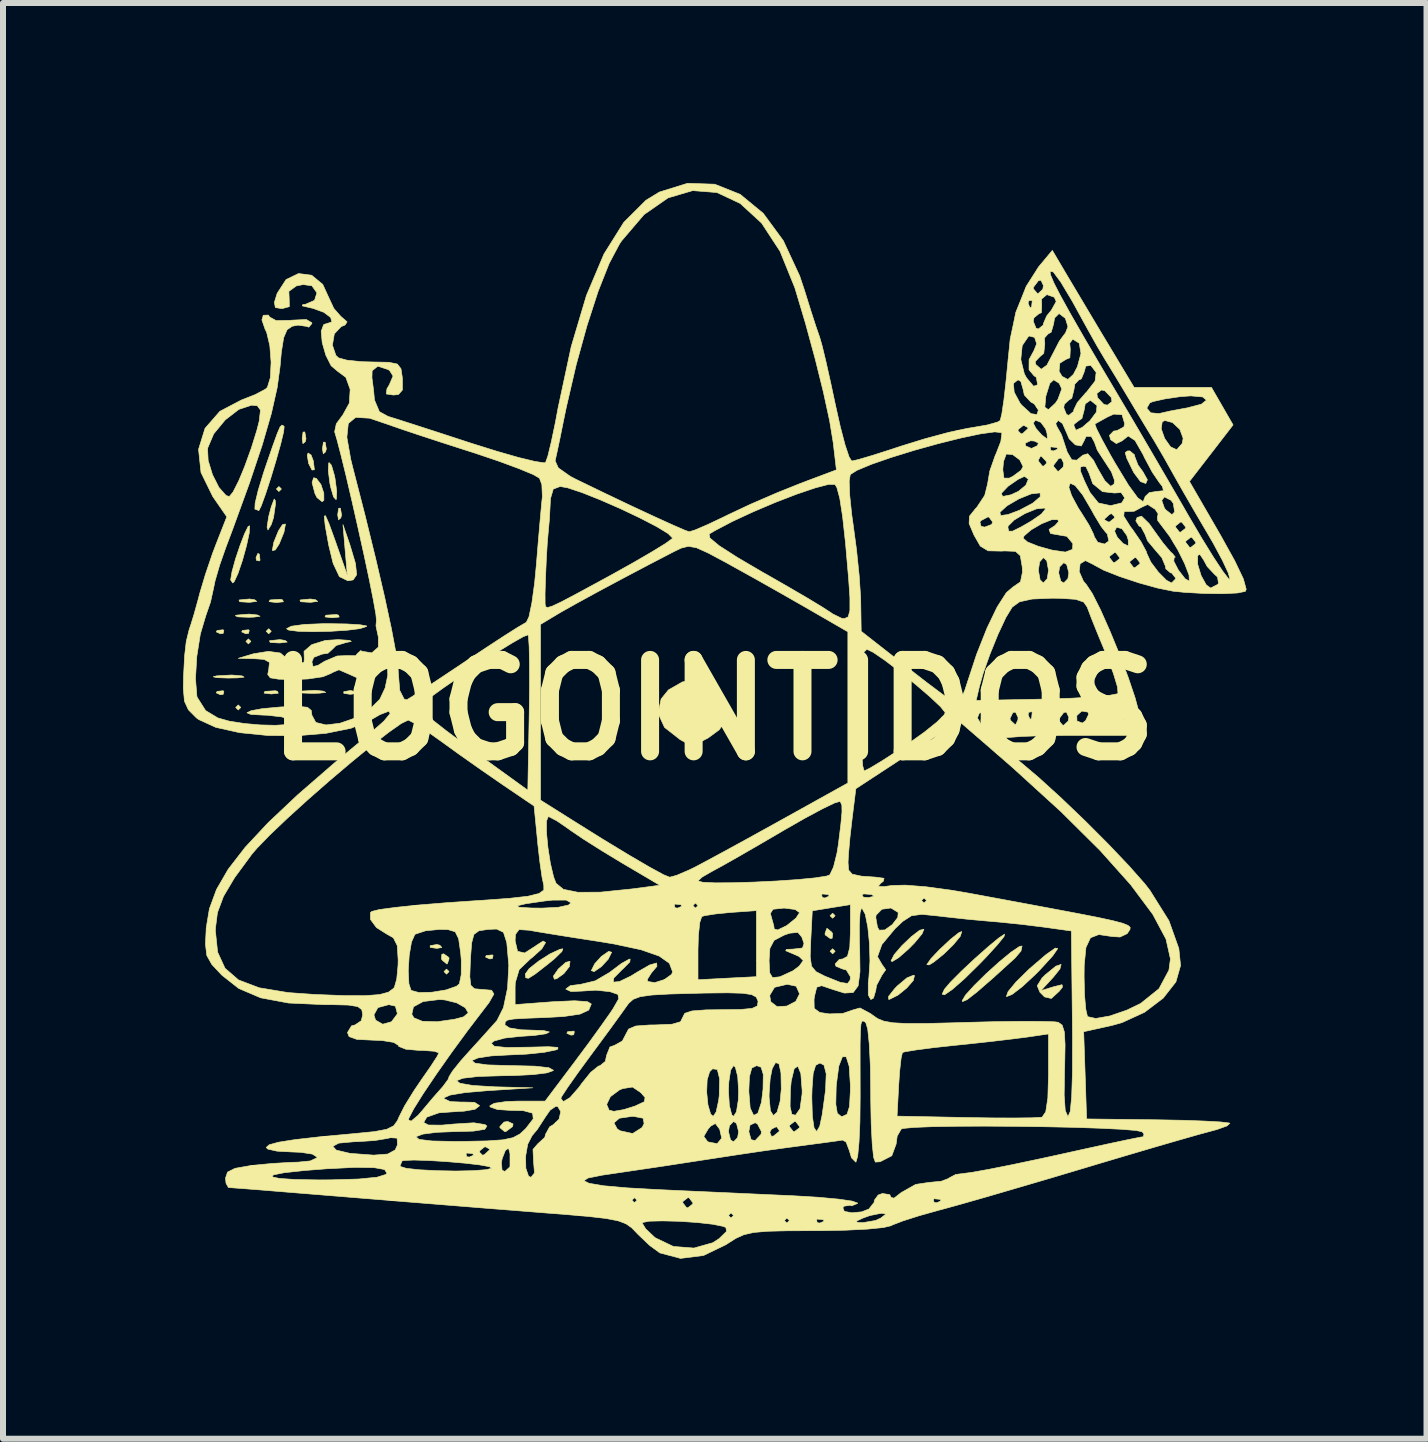
<source format=kicad_pcb>
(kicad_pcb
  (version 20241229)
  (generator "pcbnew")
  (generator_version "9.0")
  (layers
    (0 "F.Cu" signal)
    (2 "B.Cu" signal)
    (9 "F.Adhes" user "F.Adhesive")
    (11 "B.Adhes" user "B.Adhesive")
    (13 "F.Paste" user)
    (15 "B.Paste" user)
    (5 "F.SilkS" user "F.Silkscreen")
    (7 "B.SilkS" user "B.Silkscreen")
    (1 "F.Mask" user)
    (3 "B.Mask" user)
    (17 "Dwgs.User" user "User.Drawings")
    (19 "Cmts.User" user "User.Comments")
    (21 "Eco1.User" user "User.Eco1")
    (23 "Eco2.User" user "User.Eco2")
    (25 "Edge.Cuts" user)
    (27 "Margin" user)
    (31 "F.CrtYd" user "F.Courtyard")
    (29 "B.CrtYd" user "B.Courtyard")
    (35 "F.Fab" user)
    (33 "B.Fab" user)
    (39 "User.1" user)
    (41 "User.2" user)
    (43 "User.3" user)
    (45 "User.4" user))
  (footprint "LOGOINTIDOS"
    (layer "F.Cu")
    (at 8.837 8.783)
    (property "Reference" "LOGOINTIDOS" (at 0 0 0) (layer "F.SilkS") (effects (font (size 1.524 1.524) (thickness 0.3))))
    (attr through_hole)
    (fp_poly (pts (xy -7.874 -0.042) (xy -7.916 0) (xy -7.959 -0.042) (xy -7.916 -0.085) (xy -7.874 -0.042)) (stroke (width 0.01) (type solid)) (fill yes) (layer "F.SilkS"))
    (fp_poly (pts (xy -7.705 -1.143) (xy -7.747 -1.101) (xy -7.789 -1.143) (xy -7.747 -1.185) (xy -7.705 -1.143)) (stroke (width 0.01) (type solid)) (fill yes) (layer "F.SilkS"))
    (fp_poly (pts (xy -7.366 -1.312) (xy -7.408 -1.27) (xy -7.451 -1.312) (xy -7.408 -1.355) (xy -7.366 -1.312)) (stroke (width 0.01) (type solid)) (fill yes) (layer "F.SilkS"))
    (fp_poly (pts (xy -7.197 -3.683) (xy -7.239 -3.641) (xy -7.281 -3.683) (xy -7.239 -3.725) (xy -7.197 -3.683)) (stroke (width 0.01) (type solid)) (fill yes) (layer "F.SilkS"))
    (fp_poly (pts (xy -4.403 4.36) (xy -4.445 4.403) (xy -4.487 4.36) (xy -4.445 4.318) (xy -4.403 4.36)) (stroke (width 0.01) (type solid)) (fill yes) (layer "F.SilkS"))
    (fp_poly (pts (xy 2.032 3.429) (xy 1.99 3.471) (xy 1.947 3.429) (xy 1.99 3.387) (xy 2.032 3.429)) (stroke (width 0.01) (type solid)) (fill yes) (layer "F.SilkS"))
    (fp_poly (pts (xy 2.032 4.022) (xy 1.99 4.064) (xy 1.947 4.022) (xy 1.99 3.979) (xy 2.032 4.022)) (stroke (width 0.01) (type solid)) (fill yes) (layer "F.SilkS"))
    (fp_poly (pts (xy -8.156 -1.326) (xy -8.168 -1.276) (xy -8.213 -1.27) (xy -8.282 -1.301) (xy -8.269 -1.326) (xy -8.169 -1.337) (xy -8.156 -1.326)) (stroke (width 0.01) (type solid)) (fill yes) (layer "F.SilkS"))
    (fp_poly (pts (xy -8.156 -0.31) (xy -8.168 -0.26) (xy -8.213 -0.254) (xy -8.282 -0.285) (xy -8.269 -0.31) (xy -8.169 -0.321) (xy -8.156 -0.31)) (stroke (width 0.01) (type solid)) (fill yes) (layer "F.SilkS"))
    (fp_poly (pts (xy -7.733 -1.326) (xy -7.745 -1.276) (xy -7.789 -1.27) (xy -7.859 -1.301) (xy -7.846 -1.326) (xy -7.745 -1.337) (xy -7.733 -1.326)) (stroke (width 0.01) (type solid)) (fill yes) (layer "F.SilkS"))
    (fp_poly (pts (xy -7.564 -2.596) (xy -7.553 -2.496) (xy -7.564 -2.484) (xy -7.614 -2.495) (xy -7.62 -2.54) (xy -7.589 -2.61) (xy -7.564 -2.596)) (stroke (width 0.01) (type solid)) (fill yes) (layer "F.SilkS"))
    (fp_poly (pts (xy -7.26 -0.31) (xy -7.25 -0.279) (xy -7.366 -0.267) (xy -7.486 -0.281) (xy -7.472 -0.31) (xy -7.298 -0.321) (xy -7.26 -0.31)) (stroke (width 0.01) (type solid)) (fill yes) (layer "F.SilkS"))
    (fp_poly (pts (xy -7.176 -1.834) (xy -7.165 -1.803) (xy -7.281 -1.791) (xy -7.402 -1.805) (xy -7.387 -1.834) (xy -7.214 -1.845) (xy -7.176 -1.834)) (stroke (width 0.01) (type solid)) (fill yes) (layer "F.SilkS"))
    (fp_poly (pts (xy -6.787 -4.52) (xy -6.8 -4.471) (xy -6.838 -4.439) (xy -6.851 -4.523) (xy -6.836 -4.632) (xy -6.807 -4.634) (xy -6.787 -4.52)) (stroke (width 0.01) (type solid)) (fill yes) (layer "F.SilkS"))
    (fp_poly (pts (xy -6.448 -4.351) (xy -6.461 -4.302) (xy -6.499 -4.27) (xy -6.513 -4.353) (xy -6.497 -4.463) (xy -6.468 -4.464) (xy -6.448 -4.351)) (stroke (width 0.01) (type solid)) (fill yes) (layer "F.SilkS"))
    (fp_poly (pts (xy -6.244 -1.58) (xy -6.234 -1.549) (xy -6.35 -1.537) (xy -6.47 -1.551) (xy -6.456 -1.58) (xy -6.282 -1.591) (xy -6.244 -1.58)) (stroke (width 0.01) (type solid)) (fill yes) (layer "F.SilkS"))
    (fp_poly (pts (xy -6.194 -3.25) (xy -6.207 -3.201) (xy -6.245 -3.169) (xy -6.259 -3.253) (xy -6.243 -3.362) (xy -6.214 -3.364) (xy -6.194 -3.25)) (stroke (width 0.01) (type solid)) (fill yes) (layer "F.SilkS"))
    (fp_poly (pts (xy -5.995 -0.312) (xy -5.963 -0.274) (xy -6.047 -0.261) (xy -6.156 -0.276) (xy -6.158 -0.305) (xy -6.044 -0.325) (xy -5.995 -0.312)) (stroke (width 0.01) (type solid)) (fill yes) (layer "F.SilkS"))
    (fp_poly (pts (xy -4.556 3.921) (xy -4.524 3.959) (xy -4.607 3.973) (xy -4.717 3.957) (xy -4.718 3.928) (xy -4.605 3.908) (xy -4.556 3.921)) (stroke (width 0.01) (type solid)) (fill yes) (layer "F.SilkS"))
    (fp_poly (pts (xy -3.669 4.092) (xy -3.681 4.143) (xy -3.725 4.149) (xy -3.795 4.118) (xy -3.782 4.092) (xy -3.681 4.082) (xy -3.669 4.092)) (stroke (width 0.01) (type solid)) (fill yes) (layer "F.SilkS"))
    (fp_poly (pts (xy -2.314 5.362) (xy -2.326 5.413) (xy -2.371 5.419) (xy -2.44 5.388) (xy -2.427 5.362) (xy -2.327 5.352) (xy -2.314 5.362)) (stroke (width 0.01) (type solid)) (fill yes) (layer "F.SilkS"))
    (fp_poly (pts (xy -6.702 -4.249) (xy -6.665 -4.152) (xy -6.647 -4.004) (xy -6.687 -3.999) (xy -6.744 -4.11) (xy -6.766 -4.246) (xy -6.752 -4.283) (xy -6.702 -4.249)) (stroke (width 0.01) (type solid)) (fill yes) (layer "F.SilkS"))
    (fp_poly (pts (xy -7.852 -0.568) (xy -7.818 -0.548) (xy -7.929 -0.535) (xy -8.086 -0.532) (xy -8.278 -0.539) (xy -8.334 -0.554) (xy -8.275 -0.569) (xy -8.025 -0.583) (xy -7.852 -0.568)) (stroke (width 0.01) (type solid)) (fill yes) (layer "F.SilkS"))
    (fp_poly (pts (xy -7.643 -1.837) (xy -7.608 -1.81) (xy -7.721 -1.795) (xy -7.747 -1.795) (xy -7.892 -1.804) (xy -7.904 -1.83) (xy -7.897 -1.834) (xy -7.729 -1.85) (xy -7.643 -1.837)) (stroke (width 0.01) (type solid)) (fill yes) (layer "F.SilkS"))
    (fp_poly (pts (xy -7.6 -1.584) (xy -7.553 -1.562) (xy -7.655 -1.548) (xy -7.747 -1.545) (xy -7.921 -1.552) (xy -7.966 -1.571) (xy -7.938 -1.582) (xy -7.735 -1.598) (xy -7.6 -1.584)) (stroke (width 0.01) (type solid)) (fill yes) (layer "F.SilkS"))
    (fp_poly (pts (xy -7.154 -2.963) (xy -7.233 -2.769) (xy -7.3 -2.667) (xy -7.349 -2.657) (xy -7.324 -2.794) (xy -7.245 -2.988) (xy -7.178 -3.09) (xy -7.129 -3.1) (xy -7.154 -2.963)) (stroke (width 0.01) (type solid)) (fill yes) (layer "F.SilkS"))
    (fp_poly (pts (xy -7.135 -1.159) (xy -7.1 -1.132) (xy -7.213 -1.118) (xy -7.239 -1.117) (xy -7.384 -1.126) (xy -7.396 -1.153) (xy -7.389 -1.156) (xy -7.221 -1.173) (xy -7.135 -1.159)) (stroke (width 0.01) (type solid)) (fill yes) (layer "F.SilkS"))
    (fp_poly (pts (xy -6.627 -1.837) (xy -6.592 -1.81) (xy -6.705 -1.795) (xy -6.731 -1.795) (xy -6.876 -1.804) (xy -6.888 -1.83) (xy -6.881 -1.834) (xy -6.713 -1.85) (xy -6.627 -1.837)) (stroke (width 0.01) (type solid)) (fill yes) (layer "F.SilkS"))
    (fp_poly (pts (xy -6.498 -0.314) (xy -6.458 -0.293) (xy -6.564 -0.28) (xy -6.689 -0.277) (xy -6.872 -0.284) (xy -6.922 -0.301) (xy -6.879 -0.314) (xy -6.632 -0.328) (xy -6.498 -0.314)) (stroke (width 0.01) (type solid)) (fill yes) (layer "F.SilkS"))
    (fp_poly (pts (xy -4.406 4.125) (xy -4.403 4.149) (xy -4.432 4.231) (xy -4.44 4.233) (xy -4.512 4.174) (xy -4.53 4.149) (xy -4.523 4.071) (xy -4.492 4.064) (xy -4.406 4.125)) (stroke (width 0.01) (type solid)) (fill yes) (layer "F.SilkS"))
    (fp_poly (pts (xy -3.336 6.899) (xy -3.344 6.943) (xy -3.453 7.024) (xy -3.476 7.027) (xy -3.554 6.963) (xy -3.556 6.943) (xy -3.487 6.868) (xy -3.424 6.858) (xy -3.336 6.899)) (stroke (width 0.01) (type solid)) (fill yes) (layer "F.SilkS"))
    (fp_poly (pts (xy -2.397 4.276) (xy -2.49 4.394) (xy -2.607 4.478) (xy -2.648 4.487) (xy -2.664 4.436) (xy -2.582 4.317) (xy -2.457 4.206) (xy -2.387 4.188) (xy -2.397 4.276)) (stroke (width 0.01) (type solid)) (fill yes) (layer "F.SilkS"))
    (fp_poly (pts (xy -1.693 4.038) (xy -1.75 4.153) (xy -1.863 4.276) (xy -1.984 4.36) (xy -2.032 4.344) (xy -1.975 4.229) (xy -1.863 4.106) (xy -1.741 4.022) (xy -1.693 4.038)) (stroke (width 0.01) (type solid)) (fill yes) (layer "F.SilkS"))
    (fp_poly (pts (xy 1.972 3.7) (xy 1.99 3.725) (xy 1.983 3.803) (xy 1.952 3.81) (xy 1.866 3.749) (xy 1.863 3.725) (xy 1.892 3.643) (xy 1.9 3.641) (xy 1.972 3.7)) (stroke (width 0.01) (type solid)) (fill yes) (layer "F.SilkS"))
    (fp_poly (pts (xy -7.298 -3.488) (xy -7.296 -3.429) (xy -7.328 -3.207) (xy -7.366 -3.09) (xy -7.421 -3) (xy -7.436 -3.048) (xy -7.409 -3.225) (xy -7.366 -3.387) (xy -7.317 -3.516) (xy -7.298 -3.488)) (stroke (width 0.01) (type solid)) (fill yes) (layer "F.SilkS"))
    (fp_poly (pts (xy -6.614 -3.859) (xy -6.538 -3.758) (xy -6.49 -3.612) (xy -6.489 -3.495) (xy -6.518 -3.471) (xy -6.603 -3.539) (xy -6.637 -3.605) (xy -6.686 -3.79) (xy -6.66 -3.871) (xy -6.614 -3.859)) (stroke (width 0.01) (type solid)) (fill yes) (layer "F.SilkS"))
    (fp_poly (pts (xy 3.354 4.426) (xy 3.335 4.508) (xy 3.226 4.633) (xy 3.078 4.753) (xy 2.944 4.82) (xy 2.923 4.823) (xy 2.922 4.774) (xy 3.021 4.648) (xy 3.069 4.598) (xy 3.228 4.465) (xy 3.339 4.42) (xy 3.354 4.426)) (stroke (width 0.01) (type solid)) (fill yes) (layer "F.SilkS"))
    (fp_poly (pts (xy 3.481 3.73) (xy 3.357 3.88) (xy 3.258 3.981) (xy 3.09 4.128) (xy 2.983 4.193) (xy 2.963 4.181) (xy 3.016 4.077) (xy 3.144 3.928) (xy 3.301 3.778) (xy 3.439 3.672) (xy 3.512 3.653) (xy 3.481 3.73)) (stroke (width 0.01) (type solid)) (fill yes) (layer "F.SilkS"))
    (fp_poly (pts (xy 4.118 3.771) (xy 4.003 3.911) (xy 3.841 4.069) (xy 3.674 4.203) (xy 3.598 4.249) (xy 3.56 4.243) (xy 3.63 4.143) (xy 3.768 3.997) (xy 3.957 3.82) (xy 4.095 3.711) (xy 4.142 3.693) (xy 4.118 3.771)) (stroke (width 0.01) (type solid)) (fill yes) (layer "F.SilkS"))
    (fp_poly (pts (xy -6.363 -4.079) (xy -6.315 -3.915) (xy -6.303 -3.857) (xy -6.275 -3.645) (xy -6.281 -3.516) (xy -6.287 -3.506) (xy -6.328 -3.551) (xy -6.376 -3.715) (xy -6.388 -3.772) (xy -6.415 -3.984) (xy -6.409 -4.113) (xy -6.403 -4.124) (xy -6.363 -4.079)) (stroke (width 0.01) (type solid)) (fill yes) (layer "F.SilkS"))
    (fp_poly (pts (xy -2.522 4.025) (xy -2.642 4.143) (xy -2.752 4.233) (xy -2.966 4.4) (xy -3.08 4.472) (xy -3.125 4.463) (xy -3.133 4.401) (xy -3.067 4.31) (xy -2.908 4.184) (xy -2.717 4.063) (xy -2.553 3.988) (xy -2.507 3.98) (xy -2.522 4.025)) (stroke (width 0.01) (type solid)) (fill yes) (layer "F.SilkS"))
    (fp_poly (pts (xy -7.733 -2.949) (xy -7.778 -2.74) (xy -7.845 -2.498) (xy -7.919 -2.279) (xy -7.983 -2.14) (xy -8.008 -2.117) (xy -8.043 -2.167) (xy -8.02 -2.306) (xy -7.963 -2.513) (xy -7.887 -2.74) (xy -7.811 -2.938) (xy -7.751 -3.059) (xy -7.727 -3.07) (xy -7.733 -2.949)) (stroke (width 0.01) (type solid)) (fill yes) (layer "F.SilkS"))
    (fp_poly (pts (xy 7.022 -4.252) (xy 7.027 -4.219) (xy 7.08 -4.082) (xy 7.16 -3.973) (xy 7.236 -3.837) (xy 7.209 -3.775) (xy 7.121 -3.807) (xy 7.012 -3.953) (xy 6.992 -3.991) (xy 6.893 -4.195) (xy 6.866 -4.289) (xy 6.903 -4.317) (xy 6.943 -4.318) (xy 7.022 -4.252)) (stroke (width 0.01) (type solid)) (fill yes) (layer "F.SilkS"))
    (fp_poly (pts (xy 5.129 4.018) (xy 5.032 4.132) (xy 4.657 4.473) (xy 4.393 4.702) (xy 4.229 4.829) (xy 4.155 4.86) (xy 4.149 4.846) (xy 4.205 4.751) (xy 4.351 4.59) (xy 4.549 4.395) (xy 4.764 4.201) (xy 4.96 4.039) (xy 5.101 3.943) (xy 5.147 3.933) (xy 5.129 4.018)) (stroke (width 0.01) (type solid)) (fill yes) (layer "F.SilkS"))
    (fp_poly (pts (xy 5.742 3.976) (xy 5.658 4.098) (xy 5.446 4.33) (xy 5.368 4.409) (xy 5.153 4.609) (xy 4.982 4.74) (xy 4.89 4.776) (xy 4.886 4.773) (xy 4.915 4.693) (xy 5.045 4.535) (xy 5.25 4.333) (xy 5.271 4.313) (xy 5.544 4.079) (xy 5.702 3.968) (xy 5.742 3.976)) (stroke (width 0.01) (type solid)) (fill yes) (layer "F.SilkS"))
    (fp_poly (pts (xy -6.11 -1.434) (xy -5.883 -1.42) (xy -5.777 -1.401) (xy -5.776 -1.393) (xy -5.886 -1.356) (xy -6.104 -1.329) (xy -6.381 -1.311) (xy -6.668 -1.305) (xy -6.916 -1.311) (xy -7.077 -1.332) (xy -7.112 -1.355) (xy -7.033 -1.396) (xy -6.815 -1.426) (xy -6.492 -1.439) (xy -6.421 -1.439) (xy -6.11 -1.434)) (stroke (width 0.01) (type solid)) (fill yes) (layer "F.SilkS"))
    (fp_poly (pts (xy 4.846 3.777) (xy 4.737 3.912) (xy 4.55 4.117) (xy 4.448 4.223) (xy 4.188 4.479) (xy 3.985 4.657) (xy 3.855 4.747) (xy 3.815 4.736) (xy 3.854 4.654) (xy 3.954 4.536) (xy 4.134 4.355) (xy 4.356 4.147) (xy 4.578 3.95) (xy 4.759 3.8) (xy 4.856 3.736) (xy 4.846 3.777)) (stroke (width 0.01) (type solid)) (fill yes) (layer "F.SilkS"))
    (fp_poly (pts (xy 5.779 4.315) (xy 5.666 4.456) (xy 5.461 4.678) (xy 5.672 4.613) (xy 5.814 4.578) (xy 5.82 4.619) (xy 5.767 4.687) (xy 5.635 4.808) (xy 5.522 4.782) (xy 5.445 4.705) (xy 5.4 4.596) (xy 5.48 4.467) (xy 5.536 4.412) (xy 5.71 4.27) (xy 5.798 4.24) (xy 5.779 4.315)) (stroke (width 0.01) (type solid)) (fill yes) (layer "F.SilkS"))
    (fp_poly (pts (xy -0.034 -0.443) (xy 0.117 -0.269) (xy 0.209 -0.032) (xy 0.21 0.173) (xy 0.101 0.329) (xy -0.086 0.467) (xy -0.264 0.557) (xy -0.366 0.58) (xy -0.468 0.54) (xy -0.55 0.495) (xy -0.812 0.29) (xy -0.919 0.056) (xy -0.868 -0.184) (xy -0.746 -0.335) (xy -0.513 -0.468) (xy -0.246 -0.505) (xy -0.034 -0.443)) (stroke (width 0.01) (type solid)) (fill yes) (layer "F.SilkS"))
    (fp_poly (pts (xy -6.403 -3.103) (xy -6.306 -2.836) (xy -6.098 -2.244) (xy -6.135 -2.667) (xy -6.171 -3.09) (xy -6.055 -2.752) (xy -5.962 -2.44) (xy -5.943 -2.254) (xy -6.001 -2.168) (xy -6.088 -2.153) (xy -6.23 -2.222) (xy -6.334 -2.442) (xy -6.337 -2.452) (xy -6.409 -2.749) (xy -6.466 -3.066) (xy -6.469 -3.09) (xy -6.483 -3.231) (xy -6.463 -3.239) (xy -6.403 -3.103)) (stroke (width 0.01) (type solid)) (fill yes) (layer "F.SilkS"))
    (fp_poly (pts (xy -7.162 -4.735) (xy -7.151 -4.724) (xy -7.16 -4.636) (xy -7.209 -4.433) (xy -7.285 -4.162) (xy -7.373 -3.869) (xy -7.461 -3.6) (xy -7.533 -3.402) (xy -7.572 -3.323) (xy -7.636 -3.347) (xy -7.639 -3.349) (xy -7.635 -3.446) (xy -7.584 -3.66) (xy -7.495 -3.952) (xy -7.463 -4.048) (xy -7.344 -4.393) (xy -7.267 -4.606) (xy -7.22 -4.716) (xy -7.189 -4.749) (xy -7.162 -4.735)) (stroke (width 0.01) (type solid)) (fill yes) (layer "F.SilkS"))
    (fp_poly (pts (xy 0.025 -8.763) (xy 0.449 -8.594) (xy 0.834 -8.277) (xy 1.168 -7.822) (xy 1.441 -7.234) (xy 1.524 -6.985) (xy 1.623 -6.667) (xy 1.711 -6.395) (xy 1.769 -6.227) (xy 1.771 -6.223) (xy 1.814 -6.074) (xy 1.88 -5.801) (xy 1.96 -5.443) (xy 2.033 -5.101) (xy 2.117 -4.725) (xy 2.197 -4.419) (xy 2.265 -4.216) (xy 2.308 -4.149) (xy 2.419 -4.174) (xy 2.65 -4.242) (xy 2.96 -4.341) (xy 3.135 -4.399) (xy 3.527 -4.52) (xy 3.916 -4.625) (xy 4.04 -4.652) (xy 5.08 -4.652) (xy 5.132 -4.601) (xy 5.165 -4.614) (xy 5.245 -4.69) (xy 5.249 -4.704) (xy 5.184 -4.74) (xy 5.165 -4.741) (xy 5.083 -4.676) (xy 5.08 -4.652) (xy 4.04 -4.652) (xy 4.236 -4.694) (xy 4.313 -4.706) (xy 4.566 -4.75) (xy 4.674 -4.78) (xy 5.334 -4.78) (xy 5.38 -4.692) (xy 5.476 -4.583) (xy 5.557 -4.524) (xy 5.569 -4.526) (xy 5.563 -4.611) (xy 5.539 -4.687) (xy 5.476 -4.773) (xy 5.708 -4.773) (xy 5.73 -4.72) (xy 5.799 -4.599) (xy 5.81 -4.572) (xy 5.9 -4.299) (xy 5.976 -4.17) (xy 6.059 -4.164) (xy 6.159 -4.246) (xy 6.242 -4.271) (xy 6.337 -4.163) (xy 6.403 -4.034) (xy 6.525 -3.823) (xy 6.625 -3.728) (xy 6.681 -3.766) (xy 6.687 -3.831) (xy 6.637 -3.968) (xy 6.519 -4.149) (xy 6.402 -4.329) (xy 6.352 -4.466) (xy 6.301 -4.558) (xy 6.215 -4.56) (xy 6.181 -4.487) (xy 6.135 -4.4) (xy 6.035 -4.419) (xy 5.932 -4.52) (xy 5.892 -4.614) (xy 5.836 -4.741) (xy 6.011 -4.741) (xy 6.044 -4.663) (xy 6.151 -4.711) (xy 6.216 -4.767) (xy 6.361 -4.767) (xy 6.387 -4.691) (xy 6.481 -4.505) (xy 6.626 -4.24) (xy 6.7 -4.112) (xy 6.92 -3.749) (xy 7.075 -3.536) (xy 7.166 -3.471) (xy 7.174 -3.493) (xy 7.475 -3.493) (xy 7.52 -3.365) (xy 7.541 -3.337) (xy 7.645 -3.255) (xy 7.69 -3.3) (xy 7.668 -3.443) (xy 7.631 -3.494) (xy 7.521 -3.552) (xy 7.475 -3.493) (xy 7.174 -3.493) (xy 7.197 -3.55) (xy 7.197 -3.556) (xy 7.268 -3.623) (xy 7.379 -3.641) (xy 7.504 -3.655) (xy 7.486 -3.726) (xy 7.436 -3.789) (xy 7.318 -3.962) (xy 7.189 -4.203) (xy 7.165 -4.255) (xy 7.03 -4.492) (xy 6.916 -4.567) (xy 6.815 -4.486) (xy 6.718 -4.44) (xy 6.623 -4.505) (xy 6.604 -4.577) (xy 6.673 -4.648) (xy 6.731 -4.657) (xy 6.843 -4.717) (xy 6.858 -4.77) (xy 6.813 -4.921) (xy 6.677 -4.931) (xy 6.574 -4.885) (xy 6.423 -4.801) (xy 6.361 -4.767) (xy 6.216 -4.767) (xy 6.278 -4.82) (xy 6.387 -4.966) (xy 6.396 -5.074) (xy 6.286 -5.162) (xy 6.2 -5.102) (xy 6.181 -4.995) (xy 6.145 -4.858) (xy 6.096 -4.826) (xy 6.014 -4.762) (xy 6.011 -4.741) (xy 5.836 -4.741) (xy 5.822 -4.773) (xy 5.751 -4.826) (xy 5.708 -4.773) (xy 5.476 -4.773) (xy 5.46 -4.794) (xy 5.37 -4.831) (xy 5.334 -4.78) (xy 4.674 -4.78) (xy 4.74 -4.799) (xy 4.783 -4.825) (xy 4.81 -4.935) (xy 4.844 -5.163) (xy 4.874 -5.427) (xy 4.876 -5.443) (xy 5.003 -5.443) (xy 5.016 -5.297) (xy 5.113 -5.116) (xy 5.141 -5.081) (xy 5.296 -4.939) (xy 5.395 -4.924) (xy 5.419 -4.998) (xy 5.387 -5.046) (xy 5.527 -5.046) (xy 5.587 -5.005) (xy 5.622 -5.038) (xy 5.842 -5.038) (xy 5.888 -4.925) (xy 5.927 -4.911) (xy 6.007 -4.977) (xy 6.011 -5.007) (xy 6.069 -5.125) (xy 6.199 -5.275) (xy 6.394 -5.275) (xy 6.404 -5.207) (xy 6.509 -5.095) (xy 6.568 -5.08) (xy 6.645 -5.139) (xy 6.635 -5.207) (xy 6.529 -5.319) (xy 6.471 -5.334) (xy 6.394 -5.275) (xy 6.199 -5.275) (xy 6.208 -5.285) (xy 6.222 -5.298) (xy 6.364 -5.481) (xy 6.382 -5.626) (xy 6.294 -5.743) (xy 6.209 -5.731) (xy 6.181 -5.63) (xy 6.135 -5.518) (xy 6.096 -5.503) (xy 6.027 -5.432) (xy 6.011 -5.334) (xy 5.976 -5.196) (xy 5.927 -5.165) (xy 5.852 -5.096) (xy 5.842 -5.038) (xy 5.622 -5.038) (xy 5.703 -5.114) (xy 5.744 -5.175) (xy 5.809 -5.351) (xy 5.766 -5.444) (xy 5.675 -5.503) (xy 5.61 -5.443) (xy 5.546 -5.239) (xy 5.543 -5.228) (xy 5.527 -5.046) (xy 5.387 -5.046) (xy 5.351 -5.101) (xy 5.292 -5.134) (xy 5.185 -5.25) (xy 5.165 -5.343) (xy 5.127 -5.476) (xy 5.08 -5.503) (xy 5.003 -5.443) (xy 4.876 -5.443) (xy 4.906 -5.749) (xy 4.915 -5.843) (xy 5.126 -5.843) (xy 5.185 -5.603) (xy 5.223 -5.534) (xy 5.339 -5.396) (xy 5.404 -5.419) (xy 5.406 -5.424) (xy 5.385 -5.544) (xy 5.347 -5.57) (xy 5.284 -5.645) (xy 5.764 -5.645) (xy 5.814 -5.56) (xy 5.911 -5.509) (xy 6.002 -5.592) (xy 6.07 -5.722) (xy 6.129 -5.943) (xy 6.1 -6.113) (xy 5.992 -6.181) (xy 5.942 -6.113) (xy 5.951 -6.011) (xy 5.944 -5.87) (xy 5.876 -5.842) (xy 5.776 -5.779) (xy 5.764 -5.645) (xy 5.284 -5.645) (xy 5.263 -5.672) (xy 5.264 -5.806) (xy 5.366 -5.806) (xy 5.376 -5.758) (xy 5.466 -5.679) (xy 5.561 -5.747) (xy 5.666 -5.948) (xy 5.769 -6.148) (xy 5.861 -6.272) (xy 5.869 -6.278) (xy 5.912 -6.388) (xy 5.869 -6.528) (xy 5.77 -6.603) (xy 5.76 -6.604) (xy 5.689 -6.533) (xy 5.673 -6.435) (xy 5.633 -6.297) (xy 5.578 -6.265) (xy 5.52 -6.199) (xy 5.526 -6.101) (xy 5.509 -5.943) (xy 5.446 -5.89) (xy 5.366 -5.806) (xy 5.264 -5.806) (xy 5.264 -5.84) (xy 5.344 -5.987) (xy 5.391 -6.104) (xy 5.356 -6.21) (xy 5.268 -6.233) (xy 5.253 -6.225) (xy 5.15 -6.074) (xy 5.126 -5.843) (xy 4.915 -5.843) (xy 4.934 -6.03) (xy 4.949 -6.181) (xy 5.012 -6.477) (xy 5.334 -6.477) (xy 5.38 -6.364) (xy 5.419 -6.35) (xy 5.5 -6.415) (xy 5.503 -6.441) (xy 5.558 -6.568) (xy 5.636 -6.664) (xy 5.716 -6.808) (xy 5.685 -6.879) (xy 5.561 -6.923) (xy 5.472 -6.849) (xy 5.474 -6.728) (xy 5.469 -6.621) (xy 5.428 -6.604) (xy 5.345 -6.536) (xy 5.334 -6.477) (xy 5.012 -6.477) (xy 5.043 -6.628) (xy 5.102 -6.773) (xy 5.249 -6.773) (xy 5.28 -6.704) (xy 5.306 -6.717) (xy 5.316 -6.817) (xy 5.306 -6.83) (xy 5.255 -6.818) (xy 5.249 -6.773) (xy 5.102 -6.773) (xy 5.201 -7.022) (xy 5.334 -7.022) (xy 5.399 -6.945) (xy 5.419 -6.943) (xy 5.493 -7.012) (xy 5.503 -7.075) (xy 5.462 -7.162) (xy 5.419 -7.154) (xy 5.337 -7.046) (xy 5.334 -7.022) (xy 5.201 -7.022) (xy 5.217 -7.062) (xy 5.377 -7.313) (xy 5.613 -7.313) (xy 5.622 -7.25) (xy 5.677 -7.119) (xy 5.785 -6.909) (xy 5.953 -6.605) (xy 6.187 -6.197) (xy 6.495 -5.672) (xy 6.884 -5.016) (xy 6.943 -4.917) (xy 7.092 -4.664) (xy 7.302 -4.305) (xy 7.549 -3.881) (xy 7.809 -3.433) (xy 7.912 -3.254) (xy 8.14 -2.867) (xy 8.339 -2.544) (xy 8.494 -2.31) (xy 8.59 -2.186) (xy 8.613 -2.176) (xy 8.585 -2.282) (xy 8.486 -2.495) (xy 8.334 -2.778) (xy 8.246 -2.93) (xy 8.042 -3.276) (xy 7.849 -3.61) (xy 7.698 -3.876) (xy 7.664 -3.937) (xy 7.507 -4.217) (xy 7.349 -4.487) (xy 7.317 -4.539) (xy 7.227 -4.687) (xy 7.466 -4.687) (xy 7.524 -4.525) (xy 7.623 -4.385) (xy 7.723 -4.339) (xy 7.727 -4.34) (xy 7.816 -4.442) (xy 7.832 -4.527) (xy 7.778 -4.675) (xy 7.656 -4.79) (xy 7.527 -4.825) (xy 7.483 -4.802) (xy 7.466 -4.687) (xy 7.227 -4.687) (xy 7.178 -4.768) (xy 7.02 -5.031) (xy 7.226 -5.031) (xy 7.292 -4.953) (xy 7.429 -4.94) (xy 7.437 -4.942) (xy 7.612 -4.982) (xy 7.858 -5.028) (xy 7.895 -5.034) (xy 8.136 -5.097) (xy 8.22 -5.164) (xy 8.158 -5.217) (xy 7.961 -5.235) (xy 7.787 -5.223) (xy 7.525 -5.184) (xy 7.332 -5.141) (xy 7.278 -5.12) (xy 7.226 -5.031) (xy 7.02 -5.031) (xy 7.004 -5.058) (xy 6.909 -5.217) (xy 6.745 -5.49) (xy 6.595 -5.737) (xy 6.53 -5.842) (xy 6.398 -6.064) (xy 6.253 -6.323) (xy 6.238 -6.35) (xy 5.982 -6.816) (xy 5.792 -7.133) (xy 5.668 -7.3) (xy 5.613 -7.313) (xy 5.613 -7.313) (xy 5.377 -7.313) (xy 5.421 -7.383) (xy 5.652 -7.66) (xy 5.895 -7.248) (xy 6.05 -6.988) (xy 6.256 -6.642) (xy 6.48 -6.267) (xy 6.577 -6.106) (xy 7.015 -5.376) (xy 8.304 -5.376) (xy 8.484 -5.064) (xy 8.664 -4.751) (xy 8.301 -4.28) (xy 7.937 -3.809) (xy 8.45 -2.922) (xy 8.691 -2.488) (xy 8.836 -2.184) (xy 8.883 -2.012) (xy 8.869 -1.977) (xy 8.738 -1.95) (xy 8.491 -1.938) (xy 8.18 -1.942) (xy 7.859 -1.96) (xy 7.662 -1.98) (xy 7.407 -2.032) (xy 7.093 -2.119) (xy 6.776 -2.224) (xy 6.51 -2.329) (xy 6.35 -2.415) (xy 6.343 -2.421) (xy 6.203 -2.49) (xy 6.115 -2.437) (xy 6.099 -2.308) (xy 6.17 -2.147) (xy 6.216 -2.094) (xy 6.318 -1.941) (xy 6.455 -1.669) (xy 6.611 -1.318) (xy 6.771 -0.929) (xy 6.916 -0.544) (xy 7.031 -0.203) (xy 7.1 0.053) (xy 7.112 0.146) (xy 7.112 0.423) (xy 5.927 0.423) (xy 5.501 0.428) (xy 5.143 0.441) (xy 4.883 0.461) (xy 4.751 0.485) (xy 4.741 0.494) (xy 4.802 0.582) (xy 4.959 0.733) (xy 5.101 0.852) (xy 5.427 1.128) (xy 5.806 1.473) (xy 6.205 1.855) (xy 6.59 2.241) (xy 6.929 2.598) (xy 7.19 2.893) (xy 7.278 3.006) (xy 7.595 3.512) (xy 7.76 3.975) (xy 7.789 4.259) (xy 7.711 4.532) (xy 7.5 4.802) (xy 7.189 5.038) (xy 6.812 5.211) (xy 6.647 5.257) (xy 6.174 5.362) (xy 6.199 6.089) (xy 6.223 6.816) (xy 7.394 6.83) (xy 7.822 6.838) (xy 8.187 6.851) (xy 8.456 6.866) (xy 8.597 6.883) (xy 8.61 6.888) (xy 8.563 6.932) (xy 8.396 6.992) (xy 8.285 7.022) (xy 8.093 7.074) (xy 7.77 7.166) (xy 7.346 7.289) (xy 6.851 7.435) (xy 6.317 7.594) (xy 6.181 7.635) (xy 5.615 7.804) (xy 5.056 7.968) (xy 4.543 8.118) (xy 4.112 8.241) (xy 3.8 8.327) (xy 3.768 8.335) (xy 3.436 8.428) (xy 3.16 8.516) (xy 2.986 8.583) (xy 2.963 8.596) (xy 2.835 8.626) (xy 2.573 8.652) (xy 2.212 8.67) (xy 1.79 8.678) (xy 1.693 8.678) (xy 1.231 8.68) (xy 0.902 8.688) (xy 0.673 8.708) (xy 0.509 8.746) (xy 0.375 8.807) (xy 0.235 8.896) (xy 0.213 8.911) (xy -0.162 9.092) (xy -0.545 9.14) (xy -0.888 9.049) (xy -0.889 9.049) (xy -1.06 8.924) (xy -1.252 8.741) (xy -1.27 8.722) (xy -1.359 8.63) (xy -1.454 8.563) (xy -1.488 8.55) (xy -1.185 8.55) (xy -1.125 8.648) (xy -0.978 8.787) (xy -0.962 8.799) (xy -0.664 8.941) (xy -0.323 8.968) (xy -0.007 8.879) (xy 0.096 8.812) (xy 0.221 8.691) (xy 0.212 8.626) (xy 0.169 8.607) (xy -0.008 8.571) (xy -0.268 8.542) (xy -0.563 8.522) (xy -0.845 8.515) (xy -1.066 8.52) (xy -1.179 8.542) (xy -1.185 8.55) (xy -1.488 8.55) (xy -1.587 8.513) (xy -1.609 8.509) (xy 1.185 8.509) (xy 1.228 8.551) (xy 1.27 8.509) (xy 1.256 8.495) (xy 1.722 8.495) (xy 1.733 8.545) (xy 1.778 8.551) (xy 1.841 8.523) (xy 2.377 8.523) (xy 2.411 8.541) (xy 2.498 8.544) (xy 2.706 8.508) (xy 2.794 8.467) (xy 2.878 8.401) (xy 2.815 8.389) (xy 2.794 8.389) (xy 2.612 8.426) (xy 2.498 8.467) (xy 2.377 8.523) (xy 1.841 8.523) (xy 1.848 8.52) (xy 1.834 8.495) (xy 1.734 8.485) (xy 1.722 8.495) (xy 1.256 8.495) (xy 1.228 8.467) (xy 1.185 8.509) (xy -1.609 8.509) (xy -1.786 8.475) (xy -2.08 8.441) (xy -2.28 8.424) (xy 0.254 8.424) (xy 0.296 8.467) (xy 0.339 8.424) (xy 0.296 8.382) (xy 0.254 8.424) (xy -2.28 8.424) (xy -2.5 8.405) (xy -2.752 8.386) (xy -3.227 8.348) (xy -3.824 8.301) (xy -4.495 8.247) (xy -5.191 8.191) (xy -5.444 8.17) (xy -1.355 8.17) (xy -1.312 8.213) (xy -0.508 8.213) (xy -0.444 8.295) (xy -0.423 8.297) (xy -0.341 8.233) (xy -0.339 8.213) (xy -0.403 8.13) (xy -0.423 8.128) (xy -0.506 8.192) (xy -0.508 8.213) (xy -1.312 8.213) (xy -1.27 8.17) (xy -1.312 8.128) (xy -1.355 8.17) (xy -5.444 8.17) (xy -5.867 8.136) (xy -6.027 8.123) (xy -6.592 8.077) (xy -7.099 8.036) (xy -7.525 8.001) (xy -7.846 7.976) (xy -8.037 7.962) (xy -8.08 7.959) (xy -8.12 7.888) (xy -8.124 7.846) (xy -2.156 7.846) (xy -2.067 7.889) (xy -1.822 7.93) (xy -1.426 7.965) (xy -0.931 7.993) (xy -0.365 8.019) (xy 0.278 8.048) (xy 0.908 8.077) (xy 1.332 8.096) (xy 1.751 8.121) (xy 2.088 8.152) (xy 2.316 8.185) (xy 2.407 8.218) (xy 2.406 8.224) (xy 2.308 8.264) (xy 2.286 8.255) (xy 2.183 8.269) (xy 2.16 8.296) (xy 2.185 8.356) (xy 2.311 8.38) (xy 2.475 8.364) (xy 2.595 8.317) (xy 2.682 8.206) (xy 2.686 8.17) (xy 2.696 8.156) (xy 3.669 8.156) (xy 3.681 8.207) (xy 3.725 8.213) (xy 3.795 8.182) (xy 3.782 8.156) (xy 3.681 8.146) (xy 3.669 8.156) (xy 2.696 8.156) (xy 2.749 8.084) (xy 2.821 8.058) (xy 2.942 8.078) (xy 2.963 8.122) (xy 3.012 8.137) (xy 3.131 8.045) (xy 3.133 8.043) (xy 3.374 7.907) (xy 3.593 7.874) (xy 3.802 7.854) (xy 3.925 7.807) (xy 3.93 7.8) (xy 4.042 7.741) (xy 4.168 7.725) (xy 4.313 7.706) (xy 4.591 7.656) (xy 4.969 7.581) (xy 5.415 7.487) (xy 5.733 7.418) (xy 6.194 7.316) (xy 6.597 7.228) (xy 6.912 7.161) (xy 7.112 7.121) (xy 7.168 7.112) (xy 7.179 7.067) (xy 7.149 7.03) (xy 7.045 7.008) (xy 6.802 6.988) (xy 6.448 6.971) (xy 6.013 6.956) (xy 5.527 6.946) (xy 5.018 6.939) (xy 4.516 6.936) (xy 4.05 6.938) (xy 3.65 6.945) (xy 3.346 6.957) (xy 3.166 6.974) (xy 3.134 6.984) (xy 3.066 7.102) (xy 3.048 7.235) (xy 2.976 7.43) (xy 2.782 7.529) (xy 2.702 7.535) (xy 2.673 7.456) (xy 2.65 7.236) (xy 2.633 6.907) (xy 2.63 6.769) (xy 3.064 6.769) (xy 4.22 6.792) (xy 4.652 6.799) (xy 5.027 6.8) (xy 5.31 6.797) (xy 5.467 6.788) (xy 5.482 6.785) (xy 5.542 6.697) (xy 5.577 6.466) (xy 5.588 6.078) (xy 5.588 5.399) (xy 5.228 5.452) (xy 4.984 5.483) (xy 4.63 5.525) (xy 4.226 5.569) (xy 4.028 5.589) (xy 3.67 5.628) (xy 3.38 5.666) (xy 3.197 5.696) (xy 3.153 5.709) (xy 3.131 5.805) (xy 3.107 6.02) (xy 3.091 6.256) (xy 3.064 6.769) (xy 2.63 6.769) (xy 2.625 6.497) (xy 2.625 6.397) (xy 2.619 5.939) (xy 2.601 5.571) (xy 2.575 5.318) (xy 2.542 5.208) (xy 2.54 5.207) (xy 2.504 5.185) (xy 2.479 5.186) (xy 2.462 5.235) (xy 2.453 5.354) (xy 2.448 5.569) (xy 2.448 5.901) (xy 2.449 6.376) (xy 2.449 6.456) (xy 2.445 6.864) (xy 2.43 7.2) (xy 2.408 7.434) (xy 2.379 7.534) (xy 2.375 7.535) (xy 2.304 7.463) (xy 2.269 7.345) (xy 2.215 7.202) (xy 2.157 7.168) (xy 2.028 7.187) (xy 1.8 7.218) (xy 1.693 7.232) (xy 1.22 7.295) (xy 0.832 7.349) (xy 0.447 7.406) (xy 0.127 7.455) (xy -0.851 7.605) (xy -1.85 7.753) (xy -2.085 7.8) (xy -2.156 7.846) (xy -8.124 7.846) (xy -8.128 7.801) (xy -8.121 7.78) (xy -7.355 7.78) (xy -7.233 7.807) (xy -6.971 7.825) (xy -6.577 7.832) (xy -6.377 7.831) (xy -5.908 7.817) (xy -5.603 7.787) (xy -5.454 7.74) (xy -5.438 7.72) (xy -5.478 7.659) (xy -5.654 7.627) (xy -5.975 7.623) (xy -6.449 7.647) (xy -6.808 7.675) (xy -7.15 7.712) (xy -7.33 7.748) (xy -7.355 7.78) (xy -8.121 7.78) (xy -8.095 7.702) (xy -7.97 7.639) (xy -7.742 7.599) (xy -5.219 7.599) (xy -5.215 7.608) (xy -5.116 7.639) (xy -4.897 7.663) (xy -4.606 7.678) (xy -4.29 7.684) (xy -3.999 7.678) (xy -3.781 7.661) (xy -3.691 7.638) (xy -3.731 7.611) (xy -3.898 7.581) (xy -4.15 7.552) (xy -4.232 7.545) (xy -3.531 7.545) (xy -3.519 7.671) (xy -3.472 7.691) (xy -3.389 7.615) (xy -3.387 7.599) (xy -3.387 7.439) (xy -3.127 7.439) (xy -3.123 7.638) (xy -3.078 7.769) (xy -3.037 7.789) (xy -2.979 7.716) (xy -2.994 7.532) (xy -3.004 7.324) (xy -2.921 7.227) (xy -2.92 7.227) (xy -2.808 7.125) (xy -2.803 7.107) (xy -0.157 7.107) (xy -0.099 7.187) (xy -0.08 7.2) (xy 0.066 7.228) (xy 0.141 7.137) (xy 0.117 7.027) (xy 0.254 7.027) (xy 0.289 7.165) (xy 0.339 7.197) (xy 0.407 7.126) (xy 0.423 7.027) (xy 0.593 7.027) (xy 0.632 7.162) (xy 0.699 7.176) (xy 0.797 7.072) (xy 0.803 7.038) (xy 0.942 7.038) (xy 0.97 7.106) (xy 1.005 7.101) (xy 1.096 7.027) (xy 1.101 7.006) (xy 1.055 6.944) (xy 0.971 6.985) (xy 0.942 7.038) (xy 0.803 7.038) (xy 0.804 7.027) (xy 0.76 6.943) (xy 1.27 6.943) (xy 1.334 7.025) (xy 1.355 7.027) (xy 1.437 6.963) (xy 1.439 6.943) (xy 1.375 6.86) (xy 1.355 6.858) (xy 1.272 6.922) (xy 1.27 6.943) (xy 0.76 6.943) (xy 0.738 6.9) (xy 0.699 6.879) (xy 0.614 6.918) (xy 0.593 7.027) (xy 0.423 7.027) (xy 0.388 6.89) (xy 0.339 6.858) (xy 0.27 6.929) (xy 0.254 7.027) (xy 0.117 7.027) (xy 0.108 6.988) (xy 0.036 6.892) (xy -0.042 6.935) (xy -0.086 6.986) (xy -0.157 7.107) (xy -2.803 7.107) (xy -2.794 7.07) (xy -2.726 6.947) (xy -2.667 6.912) (xy -2.635 6.882) (xy -1.654 6.882) (xy -1.6 6.982) (xy -1.552 7.013) (xy -1.343 7.059) (xy -1.186 6.959) (xy -1.152 6.894) (xy -1.168 6.804) (xy -1.322 6.774) (xy -1.352 6.773) (xy -1.565 6.804) (xy -1.654 6.882) (xy -2.635 6.882) (xy -2.57 6.82) (xy -2.541 6.694) (xy -2.591 6.61) (xy -2.622 6.604) (xy -2.719 6.67) (xy -2.804 6.793) (xy -2.93 6.988) (xy -3.019 7.095) (xy -3.092 7.237) (xy -3.127 7.439) (xy -3.387 7.439) (xy -3.387 7.394) (xy -3.411 7.303) (xy -3.464 7.34) (xy -3.517 7.475) (xy -3.531 7.545) (xy -4.232 7.545) (xy -4.443 7.527) (xy -4.737 7.509) (xy -4.987 7.501) (xy -5.153 7.508) (xy -5.187 7.517) (xy -5.219 7.599) (xy -7.742 7.599) (xy -7.717 7.594) (xy -7.684 7.59) (xy -7.354 7.558) (xy -7.034 7.539) (xy -6.921 7.536) (xy -6.717 7.516) (xy -6.609 7.466) (xy -6.604 7.451) (xy -6.68 7.402) (xy -6.875 7.372) (xy -7.027 7.366) (xy -7.269 7.353) (xy -7.422 7.319) (xy -7.451 7.292) (xy -7.429 7.272) (xy -6.34 7.272) (xy -6.283 7.335) (xy -6.065 7.387) (xy -6.032 7.391) (xy -5.66 7.419) (xy -5.425 7.401) (xy -5.412 7.394) (xy -4.12 7.394) (xy -4.109 7.445) (xy -4.064 7.451) (xy -3.994 7.42) (xy -4.008 7.394) (xy -4.108 7.384) (xy -4.12 7.394) (xy -5.412 7.394) (xy -5.37 7.371) (xy -3.895 7.371) (xy -3.843 7.422) (xy -3.81 7.408) (xy -3.729 7.332) (xy -3.725 7.319) (xy -3.791 7.282) (xy -3.81 7.281) (xy -3.891 7.346) (xy -3.895 7.371) (xy -5.37 7.371) (xy -5.3 7.332) (xy -5.263 7.248) (xy -5.268 7.136) (xy -5.377 7.128) (xy -5.431 7.141) (xy -5.645 7.176) (xy -5.924 7.194) (xy -5.99 7.196) (xy -6.241 7.219) (xy -6.34 7.272) (xy -7.429 7.272) (xy -7.402 7.247) (xy -7.247 7.204) (xy -6.969 7.16) (xy -6.562 7.114) (xy -4.954 7.114) (xy -4.902 7.157) (xy -4.686 7.183) (xy -4.307 7.191) (xy -4.162 7.19) (xy -3.769 7.182) (xy -3.507 7.164) (xy -3.337 7.128) (xy -3.221 7.066) (xy -3.125 6.977) (xy -3 6.815) (xy -3.01 6.72) (xy -3.165 6.678) (xy -3.383 6.673) (xy -3.596 6.659) (xy -3.716 6.617) (xy -3.725 6.599) (xy -3.683 6.574) (xy -1.776 6.574) (xy -1.736 6.669) (xy -1.657 6.689) (xy -1.491 6.66) (xy -1.303 6.601) (xy -1.149 6.529) (xy -1.136 6.459) (xy -1.21 6.374) (xy -1.218 6.369) (xy -0.109 6.369) (xy -0.088 6.581) (xy -0.043 6.735) (xy 0.00037 6.773) (xy 0.049 6.698) (xy 0.09 6.51) (xy 0.1 6.431) (xy 0.102 6.35) (xy 0.254 6.35) (xy 0.269 6.591) (xy 0.308 6.745) (xy 0.339 6.773) (xy 0.387 6.697) (xy 0.418 6.502) (xy 0.423 6.357) (xy 0.593 6.357) (xy 0.616 6.635) (xy 0.674 6.756) (xy 0.743 6.722) (xy 0.804 6.538) (xy 0.815 6.449) (xy 0.931 6.449) (xy 0.953 6.679) (xy 1.003 6.759) (xy 1.064 6.703) (xy 1.091 6.607) (xy 1.281 6.607) (xy 1.309 6.737) (xy 1.371 6.754) (xy 1.447 6.645) (xy 1.473 6.456) (xy 1.643 6.456) (xy 1.652 6.771) (xy 1.681 6.965) (xy 1.724 7.025) (xy 1.775 6.938) (xy 1.815 6.752) (xy 1.84 6.573) (xy 2.043 6.573) (xy 2.068 6.721) (xy 2.131 6.772) (xy 2.155 6.773) (xy 2.23 6.738) (xy 2.271 6.61) (xy 2.285 6.357) (xy 2.286 6.258) (xy 2.266 5.939) (xy 2.216 5.78) (xy 2.153 5.78) (xy 2.093 5.935) (xy 2.052 6.244) (xy 2.049 6.293) (xy 2.043 6.573) (xy 1.84 6.573) (xy 1.872 6.335) (xy 1.883 6.063) (xy 1.846 5.919) (xy 1.778 5.884) (xy 1.707 5.922) (xy 1.666 6.054) (xy 1.647 6.312) (xy 1.643 6.456) (xy 1.473 6.456) (xy 1.481 6.402) (xy 1.482 6.343) (xy 1.46 6.059) (xy 1.41 5.937) (xy 1.35 5.978) (xy 1.3 6.183) (xy 1.286 6.337) (xy 1.281 6.607) (xy 1.091 6.607) (xy 1.115 6.521) (xy 1.134 6.32) (xy 1.129 6.049) (xy 1.095 5.895) (xy 1.039 5.877) (xy 0.983 5.976) (xy 0.949 6.145) (xy 0.932 6.392) (xy 0.931 6.449) (xy 0.815 6.449) (xy 0.83 6.322) (xy 0.834 6.073) (xy 0.798 5.954) (xy 0.724 5.927) (xy 0.643 5.967) (xy 0.603 6.111) (xy 0.593 6.357) (xy 0.423 6.357) (xy 0.423 6.35) (xy 0.408 6.109) (xy 0.369 5.955) (xy 0.339 5.927) (xy 0.29 6.003) (xy 0.26 6.198) (xy 0.254 6.35) (xy 0.102 6.35) (xy 0.107 6.148) (xy 0.068 5.992) (xy -0.01 5.98) (xy -0.059 6.028) (xy -0.101 6.163) (xy -0.109 6.369) (xy -1.218 6.369) (xy -1.346 6.284) (xy -1.509 6.31) (xy -1.563 6.333) (xy -1.714 6.445) (xy -1.776 6.574) (xy -3.683 6.574) (xy -3.649 6.555) (xy -3.452 6.526) (xy -3.263 6.519) (xy -2.802 6.519) (xy -2.767 6.473) (xy -2.54 6.473) (xy -2.498 6.527) (xy -2.388 6.461) (xy -2.24 6.292) (xy -2.191 6.224) (xy -2.043 6.04) (xy -1.914 5.936) (xy -1.884 5.927) (xy -1.798 5.856) (xy -1.778 5.757) (xy -1.722 5.617) (xy -1.643 5.588) (xy -1.515 5.517) (xy -1.464 5.419) (xy -1.411 5.318) (xy -1.292 5.267) (xy -1.062 5.25) (xy -0.964 5.249) (xy -0.686 5.237) (xy -0.545 5.196) (xy -0.508 5.122) (xy -0.475 5.056) (xy -0.355 5.016) (xy -0.119 4.998) (xy 0.133 4.995) (xy 0.46 4.991) (xy 0.649 4.973) (xy 0.734 4.933) (xy 0.747 4.864) (xy 0.745 4.847) (xy 0.716 4.784) (xy 0.666 4.757) (xy 0.941 4.757) (xy 0.959 4.862) (xy 1.063 4.943) (xy 1.225 4.935) (xy 1.375 4.857) (xy 1.391 4.826) (xy 1.68 4.826) (xy 1.683 4.973) (xy 1.775 5.041) (xy 1.932 5.065) (xy 2.158 5.058) (xy 2.318 5.003) (xy 2.322 5.001) (xy 2.446 4.966) (xy 2.62 5.059) (xy 2.647 5.079) (xy 2.738 5.143) (xy 2.844 5.186) (xy 2.993 5.213) (xy 3.212 5.225) (xy 3.531 5.225) (xy 3.977 5.214) (xy 4.242 5.206) (xy 4.716 5.194) (xy 5.136 5.189) (xy 5.471 5.19) (xy 5.689 5.197) (xy 5.752 5.205) (xy 5.816 5.253) (xy 5.852 5.366) (xy 5.864 5.578) (xy 5.858 5.92) (xy 5.855 6.01) (xy 5.849 6.419) (xy 5.867 6.676) (xy 5.91 6.773) (xy 5.914 6.773) (xy 5.95 6.692) (xy 5.974 6.446) (xy 5.987 6.035) (xy 5.988 5.457) (xy 5.986 5.228) (xy 5.969 3.683) (xy 5.503 3.618) (xy 5.139 3.573) (xy 4.757 3.534) (xy 4.614 3.522) (xy 4.259 3.49) (xy 3.873 3.448) (xy 3.746 3.433) (xy 3.477 3.406) (xy 3.305 3.429) (xy 3.159 3.523) (xy 3.029 3.646) (xy 2.81 3.91) (xy 2.738 4.112) (xy 2.816 4.247) (xy 2.819 4.249) (xy 2.875 4.33) (xy 2.814 4.416) (xy 2.722 4.59) (xy 2.709 4.674) (xy 2.671 4.802) (xy 2.626 4.826) (xy 2.584 4.75) (xy 2.584 4.546) (xy 2.595 4.452) (xy 2.612 4.188) (xy 2.604 3.893) (xy 2.576 3.616) (xy 2.544 3.457) (xy 2.709 3.457) (xy 2.737 3.618) (xy 2.766 3.669) (xy 2.86 3.666) (xy 2.984 3.577) (xy 3.076 3.458) (xy 3.083 3.375) (xy 2.962 3.3) (xy 2.811 3.321) (xy 2.715 3.419) (xy 2.709 3.457) (xy 2.544 3.457) (xy 2.533 3.403) (xy 2.48 3.304) (xy 2.471 3.302) (xy 2.447 3.38) (xy 2.435 3.586) (xy 2.437 3.882) (xy 2.441 3.979) (xy 2.446 4.362) (xy 2.415 4.598) (xy 2.333 4.709) (xy 2.186 4.718) (xy 1.993 4.658) (xy 1.807 4.595) (xy 1.725 4.621) (xy 1.689 4.766) (xy 1.68 4.826) (xy 1.391 4.826) (xy 1.439 4.731) (xy 1.383 4.604) (xy 1.233 4.572) (xy 1.022 4.622) (xy 0.941 4.757) (xy 0.666 4.757) (xy 0.642 4.744) (xy 0.493 4.721) (xy 0.241 4.714) (xy -0.142 4.718) (xy -0.299 4.722) (xy -0.732 4.734) (xy -1.027 4.751) (xy -1.217 4.778) (xy -1.334 4.822) (xy -1.409 4.889) (xy -1.439 4.93) (xy -1.545 5.078) (xy -1.721 5.321) (xy -1.939 5.617) (xy -2.053 5.771) (xy -2.262 6.057) (xy -2.426 6.29) (xy -2.523 6.438) (xy -2.54 6.473) (xy -2.767 6.473) (xy -2.308 5.863) (xy -2.075 5.55) (xy -1.867 5.262) (xy -1.713 5.044) (xy -1.668 4.976) (xy -1.576 4.815) (xy -1.587 4.741) (xy -1.714 4.697) (xy -1.725 4.694) (xy -1.959 4.67) (xy -2.191 4.685) (xy -2.372 4.692) (xy -2.455 4.654) (xy -2.455 4.649) (xy -2.382 4.594) (xy -2.208 4.572) (xy -1.966 4.514) (xy -1.719 4.369) (xy -1.709 4.36) (xy -1.53 4.225) (xy -1.402 4.154) (xy -1.385 4.151) (xy -1.39 4.199) (xy -1.5 4.31) (xy -1.515 4.323) (xy -1.657 4.467) (xy -1.666 4.536) (xy -1.563 4.526) (xy -1.37 4.433) (xy -1.272 4.372) (xy -1.06 4.25) (xy -0.943 4.217) (xy -0.938 4.272) (xy -1.032 4.384) (xy -1.098 4.49) (xy -1.091 4.525) (xy -0.975 4.544) (xy -0.814 4.493) (xy -0.694 4.407) (xy -0.677 4.364) (xy -0.731 4.221) (xy -0.901 4.101) (xy -1.203 3.996) (xy -1.236 3.989) (xy -0.254 3.989) (xy -0.254 4.496) (xy 0.233 4.47) (xy 0.72 4.445) (xy 0.72 4.173) (xy 0.931 4.173) (xy 0.941 4.381) (xy 0.988 4.46) (xy 1.101 4.448) (xy 1.122 4.442) (xy 1.33 4.346) (xy 1.433 4.269) (xy 1.5 4.176) (xy 1.434 4.111) (xy 1.616 4.111) (xy 1.638 4.27) (xy 1.713 4.361) (xy 1.862 4.437) (xy 1.88 4.444) (xy 2.117 4.539) (xy 2.239 4.558) (xy 2.282 4.502) (xy 2.286 4.445) (xy 2.218 4.333) (xy 2.159 4.318) (xy 2.046 4.272) (xy 2.032 4.233) (xy 2.101 4.158) (xy 2.159 4.149) (xy 2.237 4.106) (xy 2.276 3.956) (xy 2.286 3.696) (xy 2.286 3.244) (xy 1.968 3.295) (xy 1.651 3.347) (xy 1.626 3.835) (xy 1.616 4.111) (xy 1.434 4.111) (xy 1.431 4.108) (xy 1.349 4.072) (xy 1.208 4.012) (xy 1.22 3.99) (xy 1.333 3.985) (xy 1.488 3.967) (xy 1.513 3.892) (xy 1.476 3.784) (xy 1.411 3.707) (xy 1.275 3.72) (xy 1.18 3.753) (xy 1.014 3.84) (xy 0.944 3.974) (xy 0.931 4.173) (xy 0.72 4.173) (xy 0.72 3.391) (xy 0.952 3.391) (xy 0.965 3.436) (xy 1.01 3.599) (xy 1.016 3.65) (xy 1.075 3.666) (xy 1.219 3.596) (xy 1.228 3.591) (xy 1.379 3.469) (xy 1.439 3.377) (xy 1.366 3.325) (xy 1.187 3.302) (xy 1.176 3.302) (xy 0.997 3.321) (xy 0.952 3.391) (xy 0.72 3.391) (xy 0.72 3.344) (xy 0.296 3.374) (xy 0.04 3.399) (xy -0.143 3.428) (xy -0.191 3.443) (xy -0.224 3.541) (xy -0.247 3.758) (xy -0.254 3.989) (xy -1.236 3.989) (xy -1.653 3.9) (xy -1.905 3.858) (xy -2.308 3.796) (xy -2.67 3.738) (xy -2.945 3.693) (xy -3.069 3.671) (xy -3.237 3.66) (xy -3.296 3.741) (xy -3.302 3.846) (xy -3.261 4.022) (xy -3.142 4.05) (xy -2.953 3.928) (xy -2.949 3.924) (xy -2.835 3.851) (xy -2.794 3.876) (xy -2.857 3.981) (xy -3.013 4.122) (xy -3.048 4.149) (xy -3.234 4.327) (xy -3.299 4.543) (xy -3.302 4.62) (xy -3.302 4.91) (xy -2.667 4.862) (xy -2.312 4.846) (xy -2.096 4.861) (xy -2.032 4.9) (xy -2.075 5.002) (xy -2.221 5.069) (xy -2.495 5.109) (xy -2.786 5.125) (xy -3.124 5.138) (xy -3.327 5.15) (xy -3.43 5.169) (xy -3.467 5.199) (xy -3.471 5.247) (xy -3.471 5.249) (xy -3.395 5.299) (xy -3.203 5.33) (xy -3.076 5.334) (xy -2.825 5.343) (xy -2.731 5.366) (xy -2.786 5.396) (xy -2.98 5.424) (xy -3.218 5.44) (xy -3.475 5.468) (xy -3.653 5.517) (xy -3.7 5.554) (xy -3.649 5.604) (xy -3.448 5.625) (xy -3.088 5.62) (xy -3.072 5.62) (xy -2.748 5.612) (xy -2.589 5.623) (xy -2.59 5.652) (xy -2.625 5.666) (xy -2.819 5.706) (xy -3.115 5.736) (xy -3.403 5.749) (xy -3.698 5.765) (xy -3.921 5.799) (xy -4.022 5.842) (xy -3.971 5.886) (xy -3.763 5.915) (xy -3.409 5.926) (xy -3.344 5.927) (xy -2.97 5.936) (xy -2.739 5.962) (xy -2.664 6.004) (xy -2.667 6.011) (xy -2.77 6.048) (xy -3.002 6.077) (xy -3.325 6.093) (xy -3.524 6.096) (xy -3.924 6.108) (xy -4.177 6.138) (xy -4.277 6.179) (xy -4.222 6.221) (xy -4.008 6.258) (xy -3.629 6.281) (xy -3.615 6.281) (xy -3.006 6.297) (xy -3.768 6.345) (xy -4.137 6.377) (xy -4.384 6.418) (xy -4.487 6.463) (xy -4.487 6.477) (xy -4.383 6.527) (xy -4.186 6.535) (xy -4.17 6.534) (xy -3.978 6.539) (xy -3.895 6.593) (xy -3.895 6.597) (xy -3.97 6.655) (xy -4.157 6.687) (xy -4.226 6.689) (xy -4.571 6.714) (xy -4.774 6.786) (xy -4.826 6.875) (xy -4.747 6.917) (xy -4.524 6.919) (xy -4.327 6.901) (xy -3.99 6.88) (xy -3.803 6.91) (xy -3.772 6.935) (xy -3.808 6.989) (xy -3.999 7.019) (xy -4.308 7.027) (xy -4.61 7.039) (xy -4.841 7.069) (xy -4.953 7.112) (xy -4.954 7.114) (xy -6.562 7.114) (xy -6.553 7.113) (xy -5.983 7.06) (xy -5.647 7.027) (xy -5.441 6.988) (xy -5.325 6.93) (xy -5.259 6.838) (xy -5.257 6.831) (xy -5.08 6.831) (xy -5.035 6.853) (xy -4.918 6.754) (xy -4.848 6.674) (xy -4.677 6.47) (xy -4.536 6.31) (xy -4.509 6.28) (xy -4.418 6.157) (xy -4.402 6.111) (xy -4.348 6.022) (xy -4.212 5.852) (xy -4.084 5.708) (xy -3.872 5.475) (xy -3.681 5.262) (xy -3.604 5.176) (xy -3.496 4.96) (xy -3.428 4.635) (xy -3.407 4.257) (xy -3.44 3.884) (xy -3.443 3.869) (xy -3.496 3.705) (xy -3.611 3.651) (xy -3.754 3.657) (xy -3.905 3.68) (xy -3.988 3.74) (xy -4.026 3.88) (xy -4.046 4.143) (xy -4.047 4.17) (xy -4.057 4.444) (xy -4.04 4.589) (xy -3.98 4.646) (xy -3.861 4.657) (xy -3.857 4.657) (xy -3.694 4.671) (xy -3.655 4.734) (xy -3.736 4.876) (xy -3.817 4.982) (xy -4.091 5.341) (xy -4.365 5.715) (xy -4.619 6.076) (xy -4.835 6.397) (xy -4.992 6.648) (xy -5.073 6.804) (xy -5.08 6.831) (xy -5.257 6.831) (xy -5.238 6.786) (xy -5.143 6.597) (xy -4.985 6.341) (xy -4.864 6.163) (xy -4.708 5.939) (xy -4.602 5.775) (xy -4.572 5.715) (xy -4.647 5.688) (xy -4.835 5.674) (xy -4.911 5.673) (xy -5.123 5.654) (xy -5.241 5.607) (xy -5.249 5.588) (xy -5.325 5.54) (xy -5.52 5.509) (xy -5.673 5.503) (xy -5.939 5.49) (xy -6.069 5.443) (xy -6.096 5.376) (xy -6.028 5.264) (xy -5.969 5.249) (xy -5.866 5.179) (xy -5.842 5.081) (xy -5.655 5.081) (xy -5.627 5.169) (xy -5.508 5.237) (xy -5.362 5.196) (xy -5.269 5.071) (xy -5.024 5.071) (xy -4.988 5.131) (xy -4.848 5.188) (xy -4.603 5.196) (xy -4.31 5.154) (xy -4.16 5.114) (xy -4.083 5.048) (xy -4.133 4.962) (xy -4.276 4.881) (xy -4.474 4.832) (xy -4.565 4.826) (xy -4.834 4.859) (xy -4.996 4.947) (xy -5.024 5.071) (xy -5.269 5.071) (xy -5.268 5.07) (xy -5.265 5.058) (xy -5.297 4.936) (xy -5.407 4.911) (xy -5.588 4.96) (xy -5.655 5.081) (xy -5.842 5.081) (xy -5.842 5.08) (xy -5.857 4.994) (xy -5.925 4.943) (xy -6.081 4.918) (xy -6.36 4.911) (xy -6.482 4.911) (xy -7.078 4.884) (xy -7.543 4.797) (xy -7.908 4.641) (xy -8.189 4.42) (xy -8.356 4.242) (xy -8.44 4.092) (xy -8.463 3.903) (xy -8.452 3.683) (xy -8.297 3.683) (xy -8.26 4.036) (xy -8.137 4.304) (xy -7.912 4.499) (xy -7.567 4.63) (xy -7.085 4.71) (xy -6.646 4.741) (xy -6.151 4.76) (xy -5.798 4.761) (xy -5.561 4.743) (xy -5.413 4.703) (xy -5.327 4.639) (xy -5.314 4.622) (xy -5.275 4.485) (xy -5.261 4.345) (xy -5.083 4.345) (xy -5.072 4.563) (xy -5.036 4.673) (xy -4.906 4.709) (xy -4.688 4.704) (xy -4.455 4.666) (xy -4.278 4.604) (xy -4.231 4.564) (xy -4.2 4.412) (xy -4.199 4.168) (xy -4.209 4.051) (xy -4.243 3.813) (xy -4.3 3.697) (xy -4.42 3.66) (xy -4.561 3.657) (xy -4.795 3.68) (xy -4.962 3.735) (xy -4.974 3.744) (xy -5.029 3.867) (xy -5.067 4.09) (xy -5.083 4.345) (xy -5.261 4.345) (xy -5.253 4.253) (xy -5.251 4.168) (xy -5.266 3.927) (xy -5.331 3.797) (xy -5.449 3.73) (xy -5.613 3.626) (xy -5.712 3.492) (xy -5.714 3.378) (xy -5.69 3.357) (xy -5.564 3.326) (xy -5.295 3.29) (xy -5.037 3.263) (xy -3.265 3.263) (xy -3.238 3.287) (xy -3.041 3.3) (xy -2.85 3.302) (xy -2.581 3.288) (xy -2.41 3.25) (xy -2.405 3.246) (xy -0.649 3.246) (xy -0.637 3.296) (xy -0.593 3.302) (xy -0.523 3.271) (xy -0.529 3.26) (xy -0.339 3.26) (xy -0.296 3.302) (xy -0.254 3.26) (xy -0.296 3.217) (xy -0.339 3.26) (xy -0.529 3.26) (xy -0.536 3.246) (xy -0.637 3.235) (xy -0.649 3.246) (xy -2.405 3.246) (xy -2.371 3.214) (xy -2.438 3.175) (xy 3.471 3.175) (xy 3.514 3.217) (xy 3.556 3.175) (xy 3.514 3.133) (xy 3.471 3.175) (xy -2.438 3.175) (xy -2.45 3.168) (xy -2.679 3.169) (xy -2.815 3.184) (xy -3.124 3.229) (xy -3.265 3.263) (xy -5.037 3.263) (xy -4.908 3.25) (xy -4.431 3.211) (xy -3.888 3.174) (xy -3.852 3.172) (xy -3.396 3.139) (xy -3.087 3.104) (xy -2.974 3.076) (xy 1.806 3.076) (xy 1.818 3.127) (xy 1.863 3.133) (xy 1.932 3.102) (xy 1.922 3.082) (xy 2.478 3.082) (xy 2.504 3.12) (xy 2.589 3.126) (xy 2.68 3.105) (xy 2.641 3.075) (xy 2.508 3.065) (xy 2.478 3.082) (xy 1.922 3.082) (xy 1.919 3.076) (xy 1.819 3.066) (xy 1.806 3.076) (xy -2.974 3.076) (xy -2.904 3.059) (xy -2.823 3.001) (xy -2.824 2.923) (xy -2.824 2.922) (xy -2.853 2.787) (xy -2.889 2.536) (xy -2.925 2.222) (xy -2.926 2.205) (xy -2.961 1.852) (xy -2.779 1.852) (xy -2.779 2.041) (xy -2.755 2.292) (xy -2.714 2.556) (xy -2.661 2.78) (xy -2.62 2.888) (xy -2.497 2.989) (xy -2.256 3.038) (xy -1.882 3.036) (xy -1.362 2.983) (xy -1.313 2.977) (xy -0.891 2.921) (xy -1.012 2.849) (xy -0.254 2.849) (xy -0.176 2.871) (xy 0.033 2.881) (xy 0.334 2.879) (xy 0.689 2.868) (xy 1.06 2.85) (xy 1.409 2.826) (xy 1.699 2.798) (xy 1.889 2.768) (xy 1.943 2.748) (xy 2.005 2.617) (xy 2.024 2.54) (xy 2.247 2.54) (xy 2.256 2.667) (xy 2.316 2.736) (xy 2.468 2.769) (xy 2.709 2.786) (xy 2.847 2.805) (xy 2.834 2.856) (xy 2.794 2.886) (xy 2.75 2.939) (xy 2.845 2.944) (xy 2.977 2.925) (xy 3.2 2.919) (xy 3.544 2.946) (xy 3.966 3.003) (xy 4.247 3.051) (xy 4.999 3.19) (xy 5.6 3.302) (xy 6.067 3.39) (xy 6.416 3.458) (xy 6.663 3.512) (xy 6.823 3.554) (xy 6.913 3.59) (xy 6.949 3.622) (xy 6.946 3.656) (xy 6.922 3.694) (xy 6.9 3.727) (xy 6.78 3.784) (xy 6.644 3.775) (xy 6.426 3.743) (xy 6.288 3.796) (xy 6.212 3.958) (xy 6.183 4.253) (xy 6.181 4.44) (xy 6.188 4.748) (xy 6.209 4.986) (xy 6.237 5.108) (xy 6.24 5.111) (xy 6.375 5.141) (xy 6.609 5.1) (xy 6.894 5.002) (xy 7.124 4.891) (xy 7.429 4.646) (xy 7.595 4.336) (xy 7.62 4.148) (xy 7.546 3.818) (xy 7.326 3.406) (xy 6.959 2.914) (xy 6.448 2.342) (xy 5.793 1.692) (xy 4.995 0.965) (xy 4.736 0.739) (xy 4.096 0.185) (xy 3.237 0.749) (xy 2.377 1.312) (xy 2.314 1.82) (xy 2.278 2.134) (xy 2.254 2.408) (xy 2.247 2.54) (xy 2.024 2.54) (xy 2.063 2.383) (xy 2.086 2.24) (xy 2.127 1.904) (xy 2.146 1.699) (xy 2.144 1.588) (xy 2.121 1.534) (xy 2.111 1.524) (xy 2.024 1.549) (xy 1.822 1.646) (xy 1.533 1.801) (xy 1.186 1.999) (xy 1.137 2.028) (xy 0.762 2.247) (xy 0.419 2.445) (xy 0.147 2.599) (xy -0.019 2.689) (xy -0.021 2.69) (xy -0.184 2.784) (xy -0.254 2.849) (xy -0.254 2.849) (xy -1.012 2.849) (xy -1.525 2.547) (xy -1.853 2.348) (xy -2.157 2.156) (xy -2.383 2.003) (xy -2.421 1.975) (xy -2.606 1.848) (xy -2.734 1.781) (xy -2.75 1.778) (xy -2.779 1.852) (xy -2.961 1.852) (xy -2.986 1.6) (xy -3.504 1.249) (xy -3.86 1.003) (xy -4.25 0.728) (xy -4.518 0.534) (xy -4.77 0.355) (xy -4.97 0.226) (xy -5.079 0.17) (xy -5.084 0.169) (xy -5.198 0.224) (xy -5.41 0.373) (xy -5.697 0.596) (xy -6.034 0.872) (xy -6.396 1.179) (xy -6.759 1.497) (xy -7.098 1.805) (xy -7.388 2.081) (xy -7.605 2.305) (xy -7.687 2.4) (xy -7.976 2.793) (xy -8.162 3.106) (xy -8.263 3.377) (xy -8.297 3.646) (xy -8.297 3.683) (xy -8.452 3.683) (xy -8.45 3.631) (xy -8.397 3.313) (xy -8.279 2.992) (xy -8.084 2.655) (xy -7.8 2.288) (xy -7.418 1.879) (xy -6.925 1.414) (xy -6.31 0.88) (xy -5.723 0.393) (xy -5.491 0.188) (xy -5.385 0.06) (xy -5.405 0.02) (xy -5.552 0.076) (xy -5.725 0.176) (xy -6.038 0.305) (xy -6.454 0.389) (xy -6.931 0.429) (xy -7.425 0.425) (xy -7.893 0.378) (xy -8.292 0.289) (xy -8.578 0.158) (xy -8.616 0.129) (xy -8.747 -0.003) (xy -8.813 -0.146) (xy -8.832 -0.36) (xy -8.828 -0.563) (xy -8.81 -0.905) (xy -8.783 -1.141) (xy -8.736 -1.334) (xy -8.701 -1.439) (xy -8.653 -1.596) (xy -8.585 -1.84) (xy -8.557 -1.947) (xy -8.464 -2.258) (xy -8.343 -2.614) (xy -8.282 -2.774) (xy -8.107 -3.22) (xy -8.341 -3.558) (xy -8.537 -3.958) (xy -8.578 -4.345) (xy -8.573 -4.36) (xy -8.428 -4.36) (xy -8.418 -4.159) (xy -8.346 -3.923) (xy -8.238 -3.709) (xy -8.12 -3.576) (xy -8.066 -3.557) (xy -8.004 -3.631) (xy -7.908 -3.82) (xy -7.811 -4.053) (xy -7.698 -4.366) (xy -7.607 -4.658) (xy -7.567 -4.814) (xy -7.546 -4.998) (xy -7.598 -5.07) (xy -7.693 -5.08) (xy -7.906 -5.01) (xy -8.134 -4.834) (xy -8.325 -4.602) (xy -8.427 -4.363) (xy -8.428 -4.36) (xy -8.573 -4.36) (xy -8.47 -4.694) (xy -8.222 -4.978) (xy -7.866 -5.165) (xy -7.63 -5.258) (xy -7.465 -5.346) (xy -7.431 -5.376) (xy -7.381 -5.54) (xy -7.369 -5.796) (xy -7.39 -6.072) (xy -7.443 -6.295) (xy -7.469 -6.347) (xy -7.522 -6.501) (xy -7.499 -6.579) (xy -7.413 -6.582) (xy -7.393 -6.549) (xy -7.285 -6.49) (xy -7.043 -6.494) (xy -7.023 -6.497) (xy -6.782 -6.508) (xy -6.69 -6.454) (xy -6.689 -6.441) (xy -6.74 -6.38) (xy -6.774 -6.393) (xy -6.92 -6.414) (xy -7.016 -6.396) (xy -7.102 -6.338) (xy -7.159 -6.206) (xy -7.198 -5.964) (xy -7.219 -5.728) (xy -7.267 -5.374) (xy -7.364 -4.943) (xy -7.516 -4.418) (xy -7.729 -3.782) (xy -8.007 -3.017) (xy -8.123 -2.709) (xy -8.226 -2.415) (xy -8.302 -2.154) (xy -8.327 -2.032) (xy -8.379 -1.797) (xy -8.459 -1.566) (xy -8.548 -1.266) (xy -8.607 -0.893) (xy -8.629 -0.524) (xy -8.606 -0.234) (xy -8.602 -0.214) (xy -8.46 0.01) (xy -8.255 0.133) (xy -8.067 0.186) (xy -7.818 0.225) (xy -7.549 0.249) (xy -7.298 0.255) (xy -7.104 0.243) (xy -7.006 0.212) (xy -7.027 0.169) (xy -7.192 0.115) (xy -7.435 0.087) (xy -7.486 0.086) (xy -7.704 0.074) (xy -7.771 0.047) (xy -7.702 0.012) (xy -7.516 -0.022) (xy -7.227 -0.049) (xy -7.2 -0.051) (xy -6.916 -0.061) (xy -6.762 -0.045) (xy -6.699 0.008) (xy -6.689 0.087) (xy -6.623 0.208) (xy -6.454 0.249) (xy -6.222 0.221) (xy -5.968 0.134) (xy -5.731 -0.005) (xy -5.66 -0.076) (xy -4.873 -0.076) (xy -4.872 -0.029) (xy -4.812 0.047) (xy -4.676 0.168) (xy -4.449 0.346) (xy -4.113 0.596) (xy -3.725 0.878) (xy -3.09 1.337) (xy -3.067 0.064) (xy -3.061 -0.383) (xy -3.062 -0.767) (xy -3.068 -1.057) (xy -3.079 -1.224) (xy -3.086 -1.252) (xy -3.166 -1.222) (xy -3.351 -1.117) (xy -3.609 -0.958) (xy -3.908 -0.765) (xy -4.215 -0.562) (xy -4.496 -0.369) (xy -4.72 -0.207) (xy -4.853 -0.099) (xy -4.873 -0.076) (xy -5.66 -0.076) (xy -5.557 -0.179) (xy -5.468 -0.368) (xy -5.424 -0.581) (xy -5.43 -0.759) (xy -5.491 -0.845) (xy -5.503 -0.847) (xy -5.586 -0.782) (xy -5.588 -0.762) (xy -5.656 -0.686) (xy -5.708 -0.677) (xy -5.837 -0.62) (xy -5.86 -0.581) (xy -5.932 -0.535) (xy -6.077 -0.6) (xy -6.239 -0.67) (xy -6.355 -0.621) (xy -6.365 -0.612) (xy -6.505 -0.554) (xy -6.755 -0.517) (xy -6.965 -0.508) (xy -7.241 -0.513) (xy -7.383 -0.536) (xy -7.425 -0.592) (xy -7.408 -0.677) (xy -7.396 -0.794) (xy -7.485 -0.843) (xy -7.635 -0.854) (xy -7.916 -0.861) (xy -7.662 -0.937) (xy -7.414 -0.977) (xy -7.215 -0.95) (xy -7.115 -0.865) (xy -7.112 -0.841) (xy -7.041 -0.777) (xy -6.938 -0.762) (xy -6.821 -0.795) (xy -6.816 -0.847) (xy -6.82 -0.978) (xy -6.691 -1.089) (xy -6.466 -1.159) (xy -6.25 -1.173) (xy -6.058 -1.16) (xy -6.032 -1.142) (xy -6.117 -1.125) (xy -6.286 -1.074) (xy -6.35 -1.01) (xy -6.421 -0.946) (xy -6.519 -0.931) (xy -6.658 -0.877) (xy -6.689 -0.802) (xy -6.67 -0.724) (xy -6.587 -0.744) (xy -6.477 -0.812) (xy -6.268 -0.9) (xy -6.096 -0.907) (xy -5.961 -0.904) (xy -5.927 -0.944) (xy -5.875 -0.99) (xy -5.85 -0.978) (xy -5.69 -0.952) (xy -5.582 -1.047) (xy -5.581 -1.214) (xy -5.621 -1.401) (xy -5.613 -1.497) (xy -5.623 -1.599) (xy -5.665 -1.834) (xy -5.732 -2.17) (xy -5.818 -2.575) (xy -5.916 -3.017) (xy -6.017 -3.464) (xy -6.115 -3.885) (xy -6.204 -4.248) (xy -6.275 -4.52) (xy -6.283 -4.546) (xy -6.106 -4.546) (xy -6.042 -4.18) (xy -6.012 -4.058) (xy -5.806 -3.257) (xy -5.627 -2.528) (xy -5.478 -1.888) (xy -5.363 -1.354) (xy -5.286 -0.944) (xy -5.251 -0.675) (xy -5.249 -0.627) (xy -5.225 -0.327) (xy -5.152 -0.183) (xy -5.11 -0.169) (xy -5.034 -0.214) (xy -4.844 -0.336) (xy -4.568 -0.518) (xy -4.231 -0.742) (xy -4.146 -0.799) (xy -3.791 -1.034) (xy -3.484 -1.235) (xy -3.253 -1.381) (xy -3.176 -1.426) (xy -2.879 -1.426) (xy -2.879 1.502) (xy -2.358 1.83) (xy -1.843 2.152) (xy -1.406 2.417) (xy -1.062 2.618) (xy -0.829 2.745) (xy -0.725 2.787) (xy -0.608 2.755) (xy -0.403 2.667) (xy -0.302 2.618) (xy -0.103 2.512) (xy 0.206 2.345) (xy 0.588 2.136) (xy 1.006 1.905) (xy 1.143 1.829) (xy 2.244 1.217) (xy 2.244 0) (xy 2.455 0) (xy 2.46 0.392) (xy 2.473 0.714) (xy 2.492 0.933) (xy 2.515 1.016) (xy 2.516 1.016) (xy 2.608 0.971) (xy 2.806 0.852) (xy 3.074 0.679) (xy 3.235 0.572) (xy 3.518 0.37) (xy 3.733 0.197) (xy 3.797 0.133) (xy 4.403 0.133) (xy 4.46 0.226) (xy 4.583 0.23) (xy 4.696 0.153) (xy 4.7 0.145) (xy 4.945 0.145) (xy 4.957 0.175) (xy 5.038 0.25) (xy 5.078 0.165) (xy 5.08 0.122) (xy 5.062 0.085) (xy 5.249 0.085) (xy 5.28 0.154) (xy 5.306 0.141) (xy 5.307 0.132) (xy 5.503 0.132) (xy 5.544 0.22) (xy 5.588 0.212) (xy 5.616 0.174) (xy 5.757 0.174) (xy 5.822 0.252) (xy 5.842 0.254) (xy 5.916 0.185) (xy 5.927 0.122) (xy 5.914 0.094) (xy 6.059 0.094) (xy 6.062 0.183) (xy 6.152 0.218) (xy 6.206 0.178) (xy 6.251 0.085) (xy 6.773 0.085) (xy 6.842 0.159) (xy 6.905 0.169) (xy 6.993 0.128) (xy 6.985 0.085) (xy 6.877 0.003) (xy 6.853 0) (xy 6.776 0.065) (xy 6.773 0.085) (xy 6.251 0.085) (xy 6.258 0.07) (xy 6.244 0.035) (xy 6.142 0.018) (xy 6.059 0.094) (xy 5.914 0.094) (xy 5.886 0.034) (xy 5.842 0.042) (xy 5.761 0.151) (xy 5.757 0.174) (xy 5.616 0.174) (xy 5.669 0.103) (xy 5.673 0.08) (xy 5.608 0.002) (xy 5.588 0) (xy 5.514 0.069) (xy 5.503 0.132) (xy 5.307 0.132) (xy 5.316 0.041) (xy 5.306 0.028) (xy 5.255 0.04) (xy 5.249 0.085) (xy 5.062 0.085) (xy 5.038 0.035) (xy 4.994 0.043) (xy 4.945 0.145) (xy 4.7 0.145) (xy 4.72 0.106) (xy 4.681 0.02) (xy 4.579 0) (xy 4.434 0.054) (xy 4.403 0.133) (xy 3.797 0.133) (xy 3.852 0.077) (xy 3.866 0.042) (xy 3.787 -0.056) (xy 3.609 -0.223) (xy 3.371 -0.427) (xy 3.109 -0.639) (xy 2.862 -0.827) (xy 2.666 -0.961) (xy 2.561 -1.012) (xy 2.513 -0.967) (xy 2.481 -0.816) (xy 2.463 -0.538) (xy 2.456 -0.114) (xy 2.455 0) (xy 2.244 0) (xy 2.244 -1.303) (xy 1.524 -1.719) (xy 1.123 -1.948) (xy 0.691 -2.192) (xy 0.305 -2.406) (xy 0.212 -2.458) (xy -0.086 -2.617) (xy -0.279 -2.704) (xy -0.414 -2.728) (xy -0.534 -2.698) (xy -0.656 -2.639) (xy -1.07 -2.424) (xy -1.502 -2.196) (xy -1.915 -1.975) (xy -2.27 -1.781) (xy -2.53 -1.635) (xy -2.603 -1.592) (xy -2.879 -1.426) (xy -3.176 -1.426) (xy -3.126 -1.455) (xy -3.116 -1.459) (xy -3.071 -1.552) (xy -3.023 -1.782) (xy -3.001 -1.94) (xy -2.803 -1.94) (xy -2.802 -1.773) (xy -2.801 -1.757) (xy -2.792 -1.72) (xy -2.759 -1.708) (xy -2.68 -1.732) (xy -2.532 -1.802) (xy -2.293 -1.928) (xy -1.94 -2.119) (xy -1.698 -2.251) (xy -1.327 -2.458) (xy -1.016 -2.639) (xy -0.793 -2.776) (xy -0.684 -2.856) (xy -0.677 -2.865) (xy -0.743 -2.932) (xy -0.068 -2.932) (xy -0.055 -2.866) (xy 0.1 -2.737) (xy 0.402 -2.543) (xy 0.852 -2.279) (xy 0.863 -2.274) (xy 1.245 -2.055) (xy 1.576 -1.862) (xy 1.826 -1.71) (xy 1.968 -1.618) (xy 1.985 -1.604) (xy 2.139 -1.529) (xy 2.188 -1.524) (xy 2.249 -1.552) (xy 2.278 -1.658) (xy 2.278 -1.873) (xy 2.257 -2.18) (xy 2.205 -2.78) (xy 2.156 -3.225) (xy 2.109 -3.529) (xy 2.061 -3.707) (xy 2.03 -3.758) (xy 1.924 -3.76) (xy 1.701 -3.702) (xy 1.394 -3.598) (xy 1.038 -3.461) (xy 0.668 -3.304) (xy 0.319 -3.142) (xy 0.026 -2.988) (xy -0.068 -2.932) (xy -0.743 -2.932) (xy -0.75 -2.939) (xy -0.944 -3.057) (xy -1.222 -3.201) (xy -1.546 -3.355) (xy -1.88 -3.501) (xy -2.186 -3.623) (xy -2.427 -3.703) (xy -2.551 -3.725) (xy -2.666 -3.682) (xy -2.712 -3.525) (xy -2.716 -3.45) (xy -2.73 -3.181) (xy -2.75 -2.963) (xy -2.766 -2.776) (xy -2.782 -2.502) (xy -2.795 -2.203) (xy -2.803 -1.94) (xy -3.001 -1.94) (xy -2.977 -2.116) (xy -2.948 -2.417) (xy -2.915 -2.818) (xy -2.884 -3.174) (xy -2.86 -3.441) (xy -2.848 -3.556) (xy -2.856 -3.756) (xy -2.896 -3.864) (xy -3 -3.924) (xy -3.234 -4.021) (xy -3.566 -4.144) (xy -3.965 -4.279) (xy -4.088 -4.318) (xy -4.51 -4.454) (xy -4.886 -4.577) (xy -5.179 -4.675) (xy -5.355 -4.736) (xy -5.376 -4.744) (xy -5.727 -4.863) (xy -5.959 -4.877) (xy -6.082 -4.775) (xy -6.106 -4.546) (xy -6.283 -4.546) (xy -6.31 -4.637) (xy -6.282 -4.77) (xy -6.173 -4.918) (xy -6.065 -5.114) (xy -6.051 -5.344) (xy -6.123 -5.544) (xy -6.262 -5.647) (xy -6.368 -5.737) (xy -6.457 -5.914) (xy -6.517 -6.123) (xy -6.534 -6.311) (xy -6.493 -6.423) (xy -6.458 -6.435) (xy -6.356 -6.467) (xy -6.376 -6.542) (xy -6.49 -6.628) (xy -6.671 -6.694) (xy -6.695 -6.699) (xy -6.849 -6.735) (xy -6.84 -6.758) (xy -6.795 -6.762) (xy -6.645 -6.827) (xy -6.605 -6.953) (xy -6.689 -7.07) (xy -6.833 -7.09) (xy -6.947 -7.068) (xy -7.073 -6.977) (xy -7.067 -6.851) (xy -7.065 -6.722) (xy -7.187 -6.689) (xy -7.298 -6.707) (xy -7.314 -6.794) (xy -7.268 -6.943) (xy -7.12 -7.173) (xy -6.912 -7.274) (xy -6.693 -7.246) (xy -6.508 -7.093) (xy -6.423 -6.907) (xy -6.323 -6.692) (xy -6.207 -6.56) (xy -6.102 -6.469) (xy -6.136 -6.417) (xy -6.202 -6.389) (xy -6.315 -6.269) (xy -6.347 -6.081) (xy -6.289 -5.91) (xy -6.244 -5.868) (xy -6.104 -5.83) (xy -5.86 -5.805) (xy -5.673 -5.8) (xy -5.406 -5.795) (xy -5.265 -5.766) (xy -5.204 -5.687) (xy -5.181 -5.533) (xy -5.18 -5.524) (xy -5.18 -5.333) (xy -5.246 -5.258) (xy -5.329 -5.249) (xy -5.449 -5.267) (xy -5.438 -5.353) (xy -5.398 -5.421) (xy -5.336 -5.566) (xy -5.394 -5.658) (xy -5.419 -5.674) (xy -5.591 -5.73) (xy -5.685 -5.653) (xy -5.688 -5.537) (xy -5.66 -5.321) (xy -5.646 -5.167) (xy -5.564 -4.972) (xy -5.419 -4.893) (xy -5.264 -4.845) (xy -4.984 -4.755) (xy -4.613 -4.635) (xy -4.187 -4.496) (xy -4.028 -4.444) (xy -3.609 -4.313) (xy -3.247 -4.209) (xy -2.974 -4.143) (xy -2.818 -4.119) (xy -2.794 -4.125) (xy -2.784 -4.153) (xy -2.635 -4.153) (xy -2.582 -4.035) (xy -2.382 -3.894) (xy -2.286 -3.844) (xy -1.821 -3.619) (xy -1.381 -3.409) (xy -0.992 -3.228) (xy -0.68 -3.086) (xy -0.473 -2.996) (xy -0.4 -2.97) (xy -0.298 -3.002) (xy -0.087 -3.093) (xy 0.189 -3.224) (xy 0.235 -3.247) (xy 0.622 -3.429) (xy 1.066 -3.621) (xy 1.428 -3.766) (xy 1.553 -3.814) (xy 2.266 -3.814) (xy 2.275 -3.578) (xy 2.308 -3.259) (xy 2.332 -3.09) (xy 2.388 -2.672) (xy 2.432 -2.245) (xy 2.456 -1.888) (xy 2.458 -1.82) (xy 2.466 -1.312) (xy 3.244 -0.703) (xy 3.553 -0.463) (xy 3.814 -0.267) (xy 3.996 -0.135) (xy 4.072 -0.089) (xy 4.124 -0.159) (xy 4.382 -0.159) (xy 5.541 -0.182) (xy 5.967 -0.196) (xy 6.33 -0.217) (xy 6.596 -0.243) (xy 6.735 -0.27) (xy 6.746 -0.278) (xy 6.737 -0.386) (xy 6.671 -0.605) (xy 6.563 -0.892) (xy 6.536 -0.959) (xy 6.407 -1.27) (xy 6.301 -1.534) (xy 6.238 -1.701) (xy 6.233 -1.714) (xy 6.175 -1.798) (xy 6.042 -1.844) (xy 5.796 -1.861) (xy 5.646 -1.863) (xy 5.313 -1.849) (xy 5.106 -1.803) (xy 4.984 -1.715) (xy 4.983 -1.714) (xy 4.878 -1.542) (xy 4.747 -1.262) (xy 4.613 -0.932) (xy 4.498 -0.608) (xy 4.438 -0.397) (xy 4.382 -0.159) (xy 4.124 -0.159) (xy 4.124 -0.159) (xy 4.197 -0.341) (xy 4.227 -0.434) (xy 4.39 -0.929) (xy 4.563 -1.365) (xy 4.732 -1.716) (xy 4.885 -1.955) (xy 4.994 -2.048) (xy 5.121 -2.136) (xy 5.155 -2.302) (xy 5.153 -2.328) (xy 5.419 -2.328) (xy 5.448 -2.169) (xy 5.503 -2.117) (xy 5.567 -2.189) (xy 5.582 -2.286) (xy 5.757 -2.286) (xy 5.793 -2.148) (xy 5.842 -2.117) (xy 5.911 -2.188) (xy 5.927 -2.286) (xy 5.891 -2.424) (xy 5.842 -2.455) (xy 5.773 -2.384) (xy 5.757 -2.286) (xy 5.582 -2.286) (xy 5.588 -2.328) (xy 5.559 -2.487) (xy 5.503 -2.54) (xy 6.604 -2.54) (xy 6.668 -2.458) (xy 6.689 -2.455) (xy 6.943 -2.455) (xy 7.007 -2.373) (xy 7.027 -2.371) (xy 7.11 -2.435) (xy 7.112 -2.455) (xy 7.048 -2.538) (xy 7.027 -2.54) (xy 6.945 -2.476) (xy 6.943 -2.455) (xy 6.689 -2.455) (xy 6.771 -2.52) (xy 6.773 -2.54) (xy 6.709 -2.622) (xy 6.689 -2.625) (xy 6.606 -2.56) (xy 6.604 -2.54) (xy 5.503 -2.54) (xy 5.44 -2.468) (xy 5.419 -2.328) (xy 5.153 -2.328) (xy 5.149 -2.391) (xy 5.118 -2.571) (xy 5.038 -2.644) (xy 4.855 -2.651) (xy 4.802 -2.648) (xy 4.581 -2.653) (xy 4.451 -2.732) (xy 4.376 -2.863) (xy 5.165 -2.863) (xy 5.238 -2.8) (xy 5.419 -2.728) (xy 5.646 -2.665) (xy 5.861 -2.633) (xy 5.869 -2.632) (xy 5.988 -2.677) (xy 5.994 -2.773) (xy 5.894 -2.894) (xy 5.776 -2.914) (xy 5.622 -2.941) (xy 5.597 -3.009) (xy 5.694 -3.072) (xy 5.756 -3.141) (xy 5.742 -3.172) (xy 5.643 -3.172) (xy 5.473 -3.104) (xy 5.298 -3.002) (xy 5.181 -2.901) (xy 5.165 -2.863) (xy 4.376 -2.863) (xy 4.347 -2.913) (xy 4.291 -3.046) (xy 4.911 -3.046) (xy 4.924 -2.981) (xy 4.988 -2.98) (xy 5.137 -3.054) (xy 5.301 -3.149) (xy 5.47 -3.266) (xy 5.536 -3.348) (xy 5.523 -3.366) (xy 5.387 -3.352) (xy 5.196 -3.274) (xy 5.017 -3.167) (xy 4.916 -3.067) (xy 4.911 -3.046) (xy 4.291 -3.046) (xy 4.265 -3.107) (xy 4.266 -3.133) (xy 4.445 -3.133) (xy 4.464 -3.06) (xy 4.525 -3.048) (xy 4.641 -3.092) (xy 4.657 -3.133) (xy 4.596 -3.215) (xy 4.577 -3.217) (xy 4.462 -3.156) (xy 4.445 -3.133) (xy 4.266 -3.133) (xy 4.27 -3.229) (xy 4.322 -3.294) (xy 4.778 -3.294) (xy 4.791 -3.241) (xy 4.912 -3.257) (xy 5.101 -3.328) (xy 5.316 -3.442) (xy 5.332 -3.453) (xy 5.45 -3.554) (xy 5.448 -3.617) (xy 5.444 -3.618) (xy 5.3 -3.602) (xy 5.093 -3.518) (xy 4.895 -3.402) (xy 4.778 -3.294) (xy 4.322 -3.294) (xy 4.368 -3.352) (xy 4.392 -3.376) (xy 4.525 -3.577) (xy 4.533 -3.609) (xy 4.8 -3.609) (xy 4.825 -3.559) (xy 4.963 -3.587) (xy 5.086 -3.644) (xy 5.17 -3.713) (xy 5.927 -3.713) (xy 5.972 -3.575) (xy 6.084 -3.367) (xy 6.138 -3.284) (xy 6.267 -3.077) (xy 6.342 -2.923) (xy 6.35 -2.89) (xy 6.409 -2.795) (xy 6.523 -2.766) (xy 6.593 -2.816) (xy 6.568 -2.935) (xy 6.55 -2.952) (xy 6.527 -2.98) (xy 6.689 -2.98) (xy 6.735 -2.878) (xy 6.831 -2.775) (xy 6.911 -2.737) (xy 6.918 -2.741) (xy 6.917 -2.833) (xy 6.893 -2.909) (xy 6.812 -3.021) (xy 6.723 -3.046) (xy 6.689 -2.98) (xy 6.527 -2.98) (xy 6.467 -3.056) (xy 6.398 -3.17) (xy 6.519 -3.17) (xy 6.585 -3.134) (xy 6.604 -3.133) (xy 6.685 -3.198) (xy 6.689 -3.222) (xy 6.68 -3.231) (xy 6.842 -3.231) (xy 6.953 -3.055) (xy 6.988 -3.01) (xy 7.13 -2.804) (xy 7.217 -2.642) (xy 7.227 -2.608) (xy 7.292 -2.467) (xy 7.419 -2.298) (xy 7.555 -2.161) (xy 7.639 -2.117) (xy 7.703 -2.182) (xy 7.705 -2.201) (xy 7.64 -2.284) (xy 7.62 -2.286) (xy 7.543 -2.354) (xy 7.535 -2.4) (xy 7.477 -2.538) (xy 7.366 -2.667) (xy 7.239 -2.819) (xy 7.197 -2.927) (xy 7.131 -3.05) (xy 7.097 -3.067) (xy 7.043 -3.152) (xy 7.064 -3.208) (xy 7.139 -3.23) (xy 7.263 -3.109) (xy 7.347 -2.991) (xy 7.498 -2.782) (xy 7.622 -2.635) (xy 7.656 -2.605) (xy 7.701 -2.548) (xy 7.682 -2.541) (xy 7.676 -2.48) (xy 7.751 -2.335) (xy 7.757 -2.326) (xy 7.865 -2.187) (xy 7.934 -2.149) (xy 7.935 -2.149) (xy 7.93 -2.249) (xy 7.857 -2.439) (xy 7.79 -2.574) (xy 8.073 -2.574) (xy 8.074 -2.429) (xy 8.131 -2.241) (xy 8.217 -2.085) (xy 8.29 -2.032) (xy 8.408 -2.093) (xy 8.421 -2.111) (xy 8.405 -2.216) (xy 8.356 -2.26) (xy 8.232 -2.392) (xy 8.175 -2.498) (xy 8.111 -2.594) (xy 8.073 -2.574) (xy 7.79 -2.574) (xy 7.742 -2.67) (xy 7.667 -2.794) (xy 7.874 -2.794) (xy 7.938 -2.712) (xy 7.959 -2.709) (xy 8.041 -2.774) (xy 8.043 -2.794) (xy 7.979 -2.876) (xy 7.959 -2.879) (xy 7.876 -2.814) (xy 7.874 -2.794) (xy 7.667 -2.794) (xy 7.609 -2.891) (xy 7.507 -3.027) (xy 7.491 -3.048) (xy 7.705 -3.048) (xy 7.769 -2.966) (xy 7.789 -2.963) (xy 7.872 -3.028) (xy 7.874 -3.048) (xy 7.81 -3.13) (xy 7.789 -3.133) (xy 7.707 -3.068) (xy 7.705 -3.048) (xy 7.491 -3.048) (xy 7.408 -3.158) (xy 7.401 -3.217) (xy 7.404 -3.217) (xy 7.415 -3.269) (xy 7.365 -3.345) (xy 7.241 -3.425) (xy 7.152 -3.385) (xy 7.018 -3.313) (xy 6.973 -3.309) (xy 6.849 -3.309) (xy 6.842 -3.231) (xy 6.68 -3.231) (xy 6.637 -3.273) (xy 6.604 -3.26) (xy 6.523 -3.184) (xy 6.519 -3.17) (xy 6.398 -3.17) (xy 6.349 -3.251) (xy 6.307 -3.329) (xy 6.157 -3.585) (xy 6.032 -3.741) (xy 5.949 -3.78) (xy 5.927 -3.713) (xy 5.17 -3.713) (xy 5.21 -3.746) (xy 5.252 -3.847) (xy 5.189 -3.893) (xy 5.186 -3.893) (xy 5.081 -3.844) (xy 4.915 -3.729) (xy 4.911 -3.725) (xy 4.8 -3.609) (xy 4.533 -3.609) (xy 4.572 -3.765) (xy 4.609 -3.981) (xy 4.617 -4.005) (xy 4.826 -4.005) (xy 4.845 -3.865) (xy 4.933 -3.864) (xy 4.995 -3.895) (xy 5.129 -3.994) (xy 5.165 -4.057) (xy 5.163 -4.059) (xy 5.673 -4.059) (xy 5.737 -3.982) (xy 5.757 -3.979) (xy 5.831 -4.048) (xy 6.119 -4.048) (xy 6.122 -3.976) (xy 6.189 -3.813) (xy 6.279 -3.626) (xy 6.42 -3.45) (xy 6.624 -3.406) (xy 6.808 -3.451) (xy 6.858 -3.536) (xy 6.798 -3.624) (xy 6.687 -3.616) (xy 6.488 -3.639) (xy 6.325 -3.773) (xy 6.265 -3.943) (xy 6.213 -4.052) (xy 6.172 -4.064) (xy 6.119 -4.048) (xy 5.831 -4.048) (xy 5.832 -4.048) (xy 5.842 -4.111) (xy 5.801 -4.199) (xy 5.757 -4.191) (xy 5.676 -4.083) (xy 5.673 -4.059) (xy 5.163 -4.059) (xy 5.119 -4.149) (xy 5.419 -4.149) (xy 5.484 -4.067) (xy 5.508 -4.064) (xy 5.559 -4.116) (xy 5.546 -4.149) (xy 5.47 -4.229) (xy 5.456 -4.233) (xy 5.42 -4.168) (xy 5.419 -4.149) (xy 5.119 -4.149) (xy 5.109 -4.168) (xy 4.991 -4.256) (xy 4.888 -4.266) (xy 4.882 -4.261) (xy 4.838 -4.141) (xy 4.826 -4.005) (xy 4.617 -4.005) (xy 4.698 -4.237) (xy 4.714 -4.272) (xy 4.782 -4.446) (xy 5.199 -4.446) (xy 5.208 -4.401) (xy 5.305 -4.359) (xy 5.337 -4.374) (xy 5.616 -4.374) (xy 5.628 -4.324) (xy 5.673 -4.318) (xy 5.742 -4.349) (xy 5.729 -4.374) (xy 5.629 -4.385) (xy 5.616 -4.374) (xy 5.337 -4.374) (xy 5.404 -4.406) (xy 5.419 -4.45) (xy 5.349 -4.483) (xy 5.287 -4.487) (xy 5.199 -4.446) (xy 4.782 -4.446) (xy 4.793 -4.474) (xy 4.811 -4.607) (xy 4.803 -4.623) (xy 4.691 -4.635) (xy 4.453 -4.602) (xy 4.127 -4.533) (xy 3.746 -4.438) (xy 3.348 -4.327) (xy 2.966 -4.209) (xy 2.637 -4.095) (xy 2.395 -3.994) (xy 2.284 -3.924) (xy 2.266 -3.814) (xy 1.553 -3.814) (xy 2.053 -4.002) (xy 1.999 -4.46) (xy 1.94 -4.82) (xy 1.836 -5.299) (xy 1.698 -5.856) (xy 1.536 -6.45) (xy 1.361 -7.035) (xy 1.114 -7.644) (xy 0.806 -8.115) (xy 0.45 -8.442) (xy 0.063 -8.624) (xy -0.343 -8.656) (xy -0.753 -8.535) (xy -1.153 -8.257) (xy -1.527 -7.819) (xy -1.562 -7.767) (xy -1.735 -7.441) (xy -1.919 -6.976) (xy -2.105 -6.402) (xy -2.285 -5.75) (xy -2.448 -5.048) (xy -2.494 -4.826) (xy -2.555 -4.524) (xy -2.607 -4.279) (xy -2.635 -4.153) (xy -2.784 -4.153) (xy -2.756 -4.232) (xy -2.699 -4.467) (xy -2.631 -4.791) (xy -2.585 -5.038) (xy -2.367 -6.055) (xy -2.113 -6.909) (xy -1.821 -7.599) (xy -1.49 -8.128) (xy -1.122 -8.495) (xy -0.898 -8.632) (xy -0.428 -8.778) (xy 0.025 -8.763)) (stroke (width 0.01) (type solid)) (fill yes) (layer "F.SilkS")))
  (gr_rect
    (start -3 -3)
    (end 20.725 20.929)
    (stroke (width 0.1) (type default))
    (fill no)
    (layer "Edge.Cuts")))
</source>
